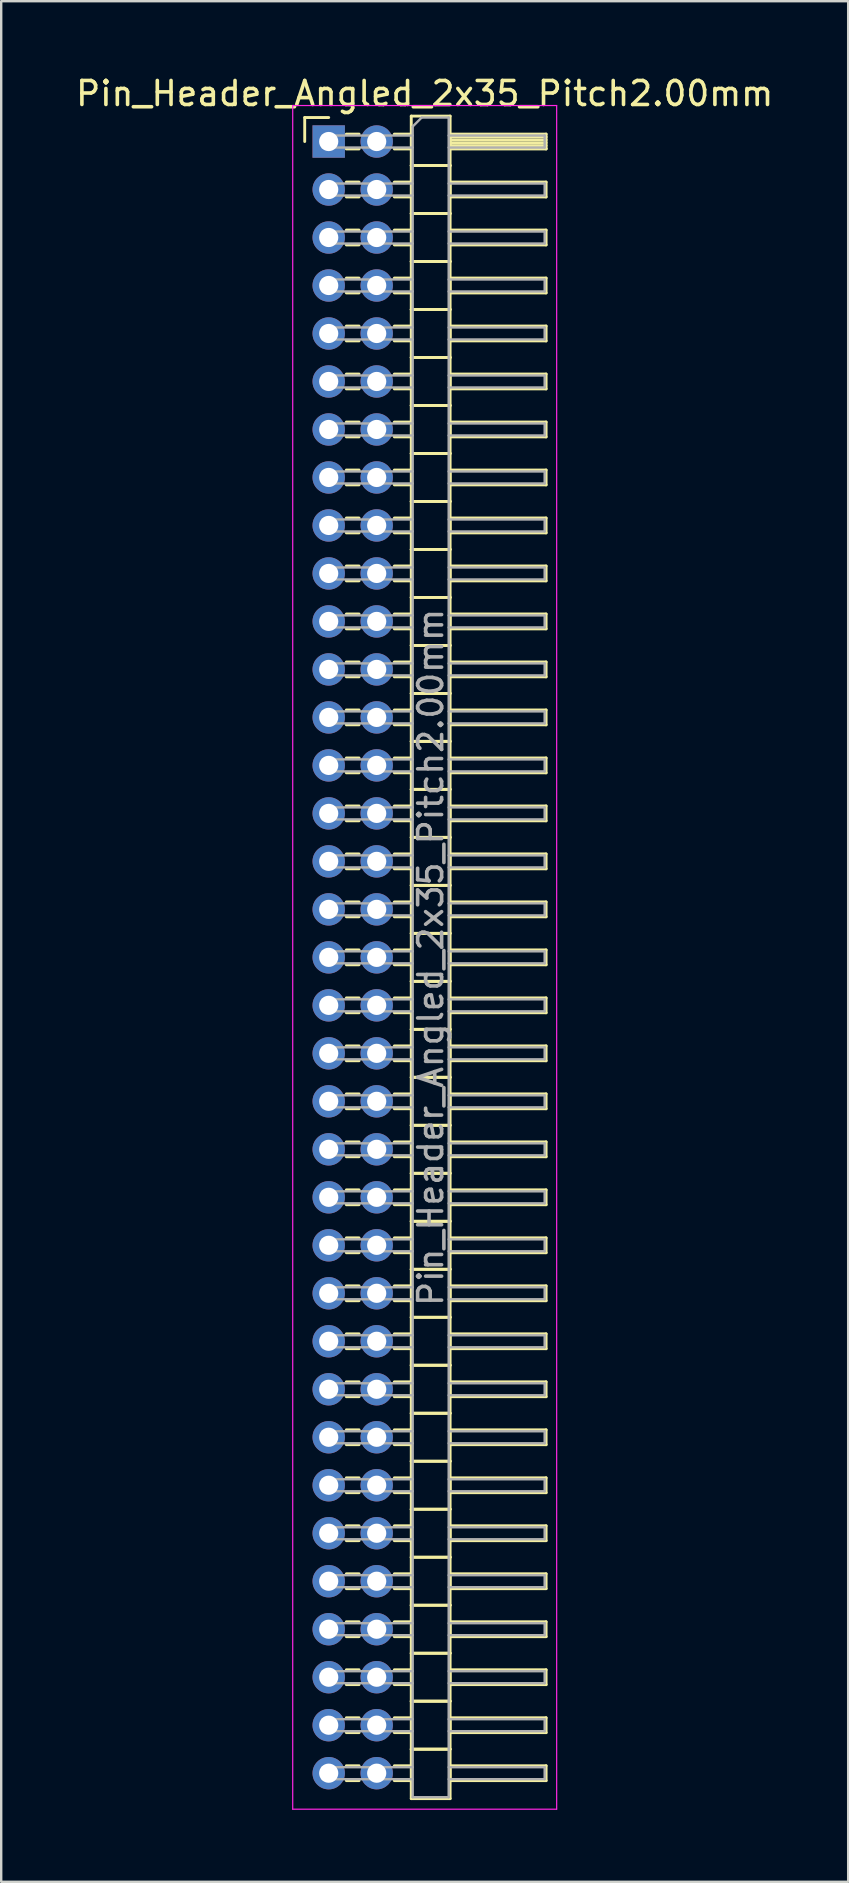
<source format=kicad_pcb>
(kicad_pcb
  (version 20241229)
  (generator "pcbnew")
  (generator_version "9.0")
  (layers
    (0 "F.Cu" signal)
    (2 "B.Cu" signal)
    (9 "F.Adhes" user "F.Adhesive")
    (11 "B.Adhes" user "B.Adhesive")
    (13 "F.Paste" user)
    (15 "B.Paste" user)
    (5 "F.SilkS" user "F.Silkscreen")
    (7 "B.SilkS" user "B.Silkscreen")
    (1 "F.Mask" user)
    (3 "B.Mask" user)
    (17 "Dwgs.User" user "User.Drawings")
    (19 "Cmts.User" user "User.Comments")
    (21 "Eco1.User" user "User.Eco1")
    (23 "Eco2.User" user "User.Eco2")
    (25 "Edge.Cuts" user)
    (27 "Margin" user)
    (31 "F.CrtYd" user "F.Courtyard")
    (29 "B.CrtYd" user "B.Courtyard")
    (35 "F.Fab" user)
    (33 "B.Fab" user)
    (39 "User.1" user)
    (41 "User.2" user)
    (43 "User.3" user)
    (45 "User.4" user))
  (footprint "Pin_Header_Angled_2x35_Pitch2.00mm"
    (layer "F.Cu")
    (at 10.649 2.848)
    (property "Reference" "Pin_Header_Angled_2x35_Pitch2.00mm" (at 4 -2 0) (layer "F.SilkS") (effects (font (size 1 1) (thickness 0.15))))
    (attr through_hole)
    (fp_line (start -1 -1) (end 0 -1) (stroke (width 0.12) (type solid)) (layer "F.SilkS"))
    (fp_line (start -1 0) (end -1 -1) (stroke (width 0.12) (type solid)) (layer "F.SilkS"))
    (fp_line (start 0.735 -0.31) (end 1.265 -0.31) (stroke (width 0.12) (type solid)) (layer "F.SilkS"))
    (fp_line (start 0.735 0.31) (end 1.265 0.31) (stroke (width 0.12) (type solid)) (layer "F.SilkS"))
    (fp_line (start 0.735 1.69) (end 1.265 1.69) (stroke (width 0.12) (type solid)) (layer "F.SilkS"))
    (fp_line (start 0.735 2.31) (end 1.265 2.31) (stroke (width 0.12) (type solid)) (layer "F.SilkS"))
    (fp_line (start 0.735 3.69) (end 1.265 3.69) (stroke (width 0.12) (type solid)) (layer "F.SilkS"))
    (fp_line (start 0.735 4.31) (end 1.265 4.31) (stroke (width 0.12) (type solid)) (layer "F.SilkS"))
    (fp_line (start 0.735 5.69) (end 1.265 5.69) (stroke (width 0.12) (type solid)) (layer "F.SilkS"))
    (fp_line (start 0.735 6.31) (end 1.265 6.31) (stroke (width 0.12) (type solid)) (layer "F.SilkS"))
    (fp_line (start 0.735 7.69) (end 1.265 7.69) (stroke (width 0.12) (type solid)) (layer "F.SilkS"))
    (fp_line (start 0.735 8.31) (end 1.265 8.31) (stroke (width 0.12) (type solid)) (layer "F.SilkS"))
    (fp_line (start 0.735 9.69) (end 1.265 9.69) (stroke (width 0.12) (type solid)) (layer "F.SilkS"))
    (fp_line (start 0.735 10.31) (end 1.265 10.31) (stroke (width 0.12) (type solid)) (layer "F.SilkS"))
    (fp_line (start 0.735 11.69) (end 1.265 11.69) (stroke (width 0.12) (type solid)) (layer "F.SilkS"))
    (fp_line (start 0.735 12.31) (end 1.265 12.31) (stroke (width 0.12) (type solid)) (layer "F.SilkS"))
    (fp_line (start 0.735 13.69) (end 1.265 13.69) (stroke (width 0.12) (type solid)) (layer "F.SilkS"))
    (fp_line (start 0.735 14.31) (end 1.265 14.31) (stroke (width 0.12) (type solid)) (layer "F.SilkS"))
    (fp_line (start 0.735 15.69) (end 1.265 15.69) (stroke (width 0.12) (type solid)) (layer "F.SilkS"))
    (fp_line (start 0.735 16.31) (end 1.265 16.31) (stroke (width 0.12) (type solid)) (layer "F.SilkS"))
    (fp_line (start 0.735 17.69) (end 1.265 17.69) (stroke (width 0.12) (type solid)) (layer "F.SilkS"))
    (fp_line (start 0.735 18.31) (end 1.265 18.31) (stroke (width 0.12) (type solid)) (layer "F.SilkS"))
    (fp_line (start 0.735 19.69) (end 1.265 19.69) (stroke (width 0.12) (type solid)) (layer "F.SilkS"))
    (fp_line (start 0.735 20.31) (end 1.265 20.31) (stroke (width 0.12) (type solid)) (layer "F.SilkS"))
    (fp_line (start 0.735 21.69) (end 1.265 21.69) (stroke (width 0.12) (type solid)) (layer "F.SilkS"))
    (fp_line (start 0.735 22.31) (end 1.265 22.31) (stroke (width 0.12) (type solid)) (layer "F.SilkS"))
    (fp_line (start 0.735 23.69) (end 1.265 23.69) (stroke (width 0.12) (type solid)) (layer "F.SilkS"))
    (fp_line (start 0.735 24.31) (end 1.265 24.31) (stroke (width 0.12) (type solid)) (layer "F.SilkS"))
    (fp_line (start 0.735 25.69) (end 1.265 25.69) (stroke (width 0.12) (type solid)) (layer "F.SilkS"))
    (fp_line (start 0.735 26.31) (end 1.265 26.31) (stroke (width 0.12) (type solid)) (layer "F.SilkS"))
    (fp_line (start 0.735 27.69) (end 1.265 27.69) (stroke (width 0.12) (type solid)) (layer "F.SilkS"))
    (fp_line (start 0.735 28.31) (end 1.265 28.31) (stroke (width 0.12) (type solid)) (layer "F.SilkS"))
    (fp_line (start 0.735 29.69) (end 1.265 29.69) (stroke (width 0.12) (type solid)) (layer "F.SilkS"))
    (fp_line (start 0.735 30.31) (end 1.265 30.31) (stroke (width 0.12) (type solid)) (layer "F.SilkS"))
    (fp_line (start 0.735 31.69) (end 1.265 31.69) (stroke (width 0.12) (type solid)) (layer "F.SilkS"))
    (fp_line (start 0.735 32.31) (end 1.265 32.31) (stroke (width 0.12) (type solid)) (layer "F.SilkS"))
    (fp_line (start 0.735 33.69) (end 1.265 33.69) (stroke (width 0.12) (type solid)) (layer "F.SilkS"))
    (fp_line (start 0.735 34.31) (end 1.265 34.31) (stroke (width 0.12) (type solid)) (layer "F.SilkS"))
    (fp_line (start 0.735 35.69) (end 1.265 35.69) (stroke (width 0.12) (type solid)) (layer "F.SilkS"))
    (fp_line (start 0.735 36.31) (end 1.265 36.31) (stroke (width 0.12) (type solid)) (layer "F.SilkS"))
    (fp_line (start 0.735 37.69) (end 1.265 37.69) (stroke (width 0.12) (type solid)) (layer "F.SilkS"))
    (fp_line (start 0.735 38.31) (end 1.265 38.31) (stroke (width 0.12) (type solid)) (layer "F.SilkS"))
    (fp_line (start 0.735 39.69) (end 1.265 39.69) (stroke (width 0.12) (type solid)) (layer "F.SilkS"))
    (fp_line (start 0.735 40.31) (end 1.265 40.31) (stroke (width 0.12) (type solid)) (layer "F.SilkS"))
    (fp_line (start 0.735 41.69) (end 1.265 41.69) (stroke (width 0.12) (type solid)) (layer "F.SilkS"))
    (fp_line (start 0.735 42.31) (end 1.265 42.31) (stroke (width 0.12) (type solid)) (layer "F.SilkS"))
    (fp_line (start 0.735 43.69) (end 1.265 43.69) (stroke (width 0.12) (type solid)) (layer "F.SilkS"))
    (fp_line (start 0.735 44.31) (end 1.265 44.31) (stroke (width 0.12) (type solid)) (layer "F.SilkS"))
    (fp_line (start 0.735 45.69) (end 1.265 45.69) (stroke (width 0.12) (type solid)) (layer "F.SilkS"))
    (fp_line (start 0.735 46.31) (end 1.265 46.31) (stroke (width 0.12) (type solid)) (layer "F.SilkS"))
    (fp_line (start 0.735 47.69) (end 1.265 47.69) (stroke (width 0.12) (type solid)) (layer "F.SilkS"))
    (fp_line (start 0.735 48.31) (end 1.265 48.31) (stroke (width 0.12) (type solid)) (layer "F.SilkS"))
    (fp_line (start 0.735 49.69) (end 1.265 49.69) (stroke (width 0.12) (type solid)) (layer "F.SilkS"))
    (fp_line (start 0.735 50.31) (end 1.265 50.31) (stroke (width 0.12) (type solid)) (layer "F.SilkS"))
    (fp_line (start 0.735 51.69) (end 1.265 51.69) (stroke (width 0.12) (type solid)) (layer "F.SilkS"))
    (fp_line (start 0.735 52.31) (end 1.265 52.31) (stroke (width 0.12) (type solid)) (layer "F.SilkS"))
    (fp_line (start 0.735 53.69) (end 1.265 53.69) (stroke (width 0.12) (type solid)) (layer "F.SilkS"))
    (fp_line (start 0.735 54.31) (end 1.265 54.31) (stroke (width 0.12) (type solid)) (layer "F.SilkS"))
    (fp_line (start 0.735 55.69) (end 1.265 55.69) (stroke (width 0.12) (type solid)) (layer "F.SilkS"))
    (fp_line (start 0.735 56.31) (end 1.265 56.31) (stroke (width 0.12) (type solid)) (layer "F.SilkS"))
    (fp_line (start 0.735 57.69) (end 1.265 57.69) (stroke (width 0.12) (type solid)) (layer "F.SilkS"))
    (fp_line (start 0.735 58.31) (end 1.265 58.31) (stroke (width 0.12) (type solid)) (layer "F.SilkS"))
    (fp_line (start 0.735 59.69) (end 1.265 59.69) (stroke (width 0.12) (type solid)) (layer "F.SilkS"))
    (fp_line (start 0.735 60.31) (end 1.265 60.31) (stroke (width 0.12) (type solid)) (layer "F.SilkS"))
    (fp_line (start 0.735 61.69) (end 1.265 61.69) (stroke (width 0.12) (type solid)) (layer "F.SilkS"))
    (fp_line (start 0.735 62.31) (end 1.265 62.31) (stroke (width 0.12) (type solid)) (layer "F.SilkS"))
    (fp_line (start 0.735 63.69) (end 1.265 63.69) (stroke (width 0.12) (type solid)) (layer "F.SilkS"))
    (fp_line (start 0.735 64.31) (end 1.265 64.31) (stroke (width 0.12) (type solid)) (layer "F.SilkS"))
    (fp_line (start 0.735 65.69) (end 1.265 65.69) (stroke (width 0.12) (type solid)) (layer "F.SilkS"))
    (fp_line (start 0.735 66.31) (end 1.265 66.31) (stroke (width 0.12) (type solid)) (layer "F.SilkS"))
    (fp_line (start 0.735 67.69) (end 1.265 67.69) (stroke (width 0.12) (type solid)) (layer "F.SilkS"))
    (fp_line (start 0.735 68.31) (end 1.265 68.31) (stroke (width 0.12) (type solid)) (layer "F.SilkS"))
    (fp_line (start 2.735 -0.31) (end 3.44 -0.31) (stroke (width 0.12) (type solid)) (layer "F.SilkS"))
    (fp_line (start 2.735 0.31) (end 3.44 0.31) (stroke (width 0.12) (type solid)) (layer "F.SilkS"))
    (fp_line (start 2.735 1.69) (end 3.44 1.69) (stroke (width 0.12) (type solid)) (layer "F.SilkS"))
    (fp_line (start 2.735 2.31) (end 3.44 2.31) (stroke (width 0.12) (type solid)) (layer "F.SilkS"))
    (fp_line (start 2.735 3.69) (end 3.44 3.69) (stroke (width 0.12) (type solid)) (layer "F.SilkS"))
    (fp_line (start 2.735 4.31) (end 3.44 4.31) (stroke (width 0.12) (type solid)) (layer "F.SilkS"))
    (fp_line (start 2.735 5.69) (end 3.44 5.69) (stroke (width 0.12) (type solid)) (layer "F.SilkS"))
    (fp_line (start 2.735 6.31) (end 3.44 6.31) (stroke (width 0.12) (type solid)) (layer "F.SilkS"))
    (fp_line (start 2.735 7.69) (end 3.44 7.69) (stroke (width 0.12) (type solid)) (layer "F.SilkS"))
    (fp_line (start 2.735 8.31) (end 3.44 8.31) (stroke (width 0.12) (type solid)) (layer "F.SilkS"))
    (fp_line (start 2.735 9.69) (end 3.44 9.69) (stroke (width 0.12) (type solid)) (layer "F.SilkS"))
    (fp_line (start 2.735 10.31) (end 3.44 10.31) (stroke (width 0.12) (type solid)) (layer "F.SilkS"))
    (fp_line (start 2.735 11.69) (end 3.44 11.69) (stroke (width 0.12) (type solid)) (layer "F.SilkS"))
    (fp_line (start 2.735 12.31) (end 3.44 12.31) (stroke (width 0.12) (type solid)) (layer "F.SilkS"))
    (fp_line (start 2.735 13.69) (end 3.44 13.69) (stroke (width 0.12) (type solid)) (layer "F.SilkS"))
    (fp_line (start 2.735 14.31) (end 3.44 14.31) (stroke (width 0.12) (type solid)) (layer "F.SilkS"))
    (fp_line (start 2.735 15.69) (end 3.44 15.69) (stroke (width 0.12) (type solid)) (layer "F.SilkS"))
    (fp_line (start 2.735 16.31) (end 3.44 16.31) (stroke (width 0.12) (type solid)) (layer "F.SilkS"))
    (fp_line (start 2.735 17.69) (end 3.44 17.69) (stroke (width 0.12) (type solid)) (layer "F.SilkS"))
    (fp_line (start 2.735 18.31) (end 3.44 18.31) (stroke (width 0.12) (type solid)) (layer "F.SilkS"))
    (fp_line (start 2.735 19.69) (end 3.44 19.69) (stroke (width 0.12) (type solid)) (layer "F.SilkS"))
    (fp_line (start 2.735 20.31) (end 3.44 20.31) (stroke (width 0.12) (type solid)) (layer "F.SilkS"))
    (fp_line (start 2.735 21.69) (end 3.44 21.69) (stroke (width 0.12) (type solid)) (layer "F.SilkS"))
    (fp_line (start 2.735 22.31) (end 3.44 22.31) (stroke (width 0.12) (type solid)) (layer "F.SilkS"))
    (fp_line (start 2.735 23.69) (end 3.44 23.69) (stroke (width 0.12) (type solid)) (layer "F.SilkS"))
    (fp_line (start 2.735 24.31) (end 3.44 24.31) (stroke (width 0.12) (type solid)) (layer "F.SilkS"))
    (fp_line (start 2.735 25.69) (end 3.44 25.69) (stroke (width 0.12) (type solid)) (layer "F.SilkS"))
    (fp_line (start 2.735 26.31) (end 3.44 26.31) (stroke (width 0.12) (type solid)) (layer "F.SilkS"))
    (fp_line (start 2.735 27.69) (end 3.44 27.69) (stroke (width 0.12) (type solid)) (layer "F.SilkS"))
    (fp_line (start 2.735 28.31) (end 3.44 28.31) (stroke (width 0.12) (type solid)) (layer "F.SilkS"))
    (fp_line (start 2.735 29.69) (end 3.44 29.69) (stroke (width 0.12) (type solid)) (layer "F.SilkS"))
    (fp_line (start 2.735 30.31) (end 3.44 30.31) (stroke (width 0.12) (type solid)) (layer "F.SilkS"))
    (fp_line (start 2.735 31.69) (end 3.44 31.69) (stroke (width 0.12) (type solid)) (layer "F.SilkS"))
    (fp_line (start 2.735 32.31) (end 3.44 32.31) (stroke (width 0.12) (type solid)) (layer "F.SilkS"))
    (fp_line (start 2.735 33.69) (end 3.44 33.69) (stroke (width 0.12) (type solid)) (layer "F.SilkS"))
    (fp_line (start 2.735 34.31) (end 3.44 34.31) (stroke (width 0.12) (type solid)) (layer "F.SilkS"))
    (fp_line (start 2.735 35.69) (end 3.44 35.69) (stroke (width 0.12) (type solid)) (layer "F.SilkS"))
    (fp_line (start 2.735 36.31) (end 3.44 36.31) (stroke (width 0.12) (type solid)) (layer "F.SilkS"))
    (fp_line (start 2.735 37.69) (end 3.44 37.69) (stroke (width 0.12) (type solid)) (layer "F.SilkS"))
    (fp_line (start 2.735 38.31) (end 3.44 38.31) (stroke (width 0.12) (type solid)) (layer "F.SilkS"))
    (fp_line (start 2.735 39.69) (end 3.44 39.69) (stroke (width 0.12) (type solid)) (layer "F.SilkS"))
    (fp_line (start 2.735 40.31) (end 3.44 40.31) (stroke (width 0.12) (type solid)) (layer "F.SilkS"))
    (fp_line (start 2.735 41.69) (end 3.44 41.69) (stroke (width 0.12) (type solid)) (layer "F.SilkS"))
    (fp_line (start 2.735 42.31) (end 3.44 42.31) (stroke (width 0.12) (type solid)) (layer "F.SilkS"))
    (fp_line (start 2.735 43.69) (end 3.44 43.69) (stroke (width 0.12) (type solid)) (layer "F.SilkS"))
    (fp_line (start 2.735 44.31) (end 3.44 44.31) (stroke (width 0.12) (type solid)) (layer "F.SilkS"))
    (fp_line (start 2.735 45.69) (end 3.44 45.69) (stroke (width 0.12) (type solid)) (layer "F.SilkS"))
    (fp_line (start 2.735 46.31) (end 3.44 46.31) (stroke (width 0.12) (type solid)) (layer "F.SilkS"))
    (fp_line (start 2.735 47.69) (end 3.44 47.69) (stroke (width 0.12) (type solid)) (layer "F.SilkS"))
    (fp_line (start 2.735 48.31) (end 3.44 48.31) (stroke (width 0.12) (type solid)) (layer "F.SilkS"))
    (fp_line (start 2.735 49.69) (end 3.44 49.69) (stroke (width 0.12) (type solid)) (layer "F.SilkS"))
    (fp_line (start 2.735 50.31) (end 3.44 50.31) (stroke (width 0.12) (type solid)) (layer "F.SilkS"))
    (fp_line (start 2.735 51.69) (end 3.44 51.69) (stroke (width 0.12) (type solid)) (layer "F.SilkS"))
    (fp_line (start 2.735 52.31) (end 3.44 52.31) (stroke (width 0.12) (type solid)) (layer "F.SilkS"))
    (fp_line (start 2.735 53.69) (end 3.44 53.69) (stroke (width 0.12) (type solid)) (layer "F.SilkS"))
    (fp_line (start 2.735 54.31) (end 3.44 54.31) (stroke (width 0.12) (type solid)) (layer "F.SilkS"))
    (fp_line (start 2.735 55.69) (end 3.44 55.69) (stroke (width 0.12) (type solid)) (layer "F.SilkS"))
    (fp_line (start 2.735 56.31) (end 3.44 56.31) (stroke (width 0.12) (type solid)) (layer "F.SilkS"))
    (fp_line (start 2.735 57.69) (end 3.44 57.69) (stroke (width 0.12) (type solid)) (layer "F.SilkS"))
    (fp_line (start 2.735 58.31) (end 3.44 58.31) (stroke (width 0.12) (type solid)) (layer "F.SilkS"))
    (fp_line (start 2.735 59.69) (end 3.44 59.69) (stroke (width 0.12) (type solid)) (layer "F.SilkS"))
    (fp_line (start 2.735 60.31) (end 3.44 60.31) (stroke (width 0.12) (type solid)) (layer "F.SilkS"))
    (fp_line (start 2.735 61.69) (end 3.44 61.69) (stroke (width 0.12) (type solid)) (layer "F.SilkS"))
    (fp_line (start 2.735 62.31) (end 3.44 62.31) (stroke (width 0.12) (type solid)) (layer "F.SilkS"))
    (fp_line (start 2.735 63.69) (end 3.44 63.69) (stroke (width 0.12) (type solid)) (layer "F.SilkS"))
    (fp_line (start 2.735 64.31) (end 3.44 64.31) (stroke (width 0.12) (type solid)) (layer "F.SilkS"))
    (fp_line (start 2.735 65.69) (end 3.44 65.69) (stroke (width 0.12) (type solid)) (layer "F.SilkS"))
    (fp_line (start 2.735 66.31) (end 3.44 66.31) (stroke (width 0.12) (type solid)) (layer "F.SilkS"))
    (fp_line (start 2.735 67.69) (end 3.44 67.69) (stroke (width 0.12) (type solid)) (layer "F.SilkS"))
    (fp_line (start 2.735 68.31) (end 3.44 68.31) (stroke (width 0.12) (type solid)) (layer "F.SilkS"))
    (fp_line (start 3.44 -1.06) (end 3.44 1) (stroke (width 0.12) (type solid)) (layer "F.SilkS"))
    (fp_line (start 3.44 1) (end 3.44 3) (stroke (width 0.12) (type solid)) (layer "F.SilkS"))
    (fp_line (start 3.44 1) (end 5.06 1) (stroke (width 0.12) (type solid)) (layer "F.SilkS"))
    (fp_line (start 3.44 3) (end 3.44 5) (stroke (width 0.12) (type solid)) (layer "F.SilkS"))
    (fp_line (start 3.44 3) (end 5.06 3) (stroke (width 0.12) (type solid)) (layer "F.SilkS"))
    (fp_line (start 3.44 5) (end 3.44 7) (stroke (width 0.12) (type solid)) (layer "F.SilkS"))
    (fp_line (start 3.44 5) (end 5.06 5) (stroke (width 0.12) (type solid)) (layer "F.SilkS"))
    (fp_line (start 3.44 7) (end 3.44 9) (stroke (width 0.12) (type solid)) (layer "F.SilkS"))
    (fp_line (start 3.44 7) (end 5.06 7) (stroke (width 0.12) (type solid)) (layer "F.SilkS"))
    (fp_line (start 3.44 9) (end 3.44 11) (stroke (width 0.12) (type solid)) (layer "F.SilkS"))
    (fp_line (start 3.44 9) (end 5.06 9) (stroke (width 0.12) (type solid)) (layer "F.SilkS"))
    (fp_line (start 3.44 11) (end 3.44 13) (stroke (width 0.12) (type solid)) (layer "F.SilkS"))
    (fp_line (start 3.44 11) (end 5.06 11) (stroke (width 0.12) (type solid)) (layer "F.SilkS"))
    (fp_line (start 3.44 13) (end 3.44 15) (stroke (width 0.12) (type solid)) (layer "F.SilkS"))
    (fp_line (start 3.44 13) (end 5.06 13) (stroke (width 0.12) (type solid)) (layer "F.SilkS"))
    (fp_line (start 3.44 15) (end 3.44 17) (stroke (width 0.12) (type solid)) (layer "F.SilkS"))
    (fp_line (start 3.44 15) (end 5.06 15) (stroke (width 0.12) (type solid)) (layer "F.SilkS"))
    (fp_line (start 3.44 17) (end 3.44 19) (stroke (width 0.12) (type solid)) (layer "F.SilkS"))
    (fp_line (start 3.44 17) (end 5.06 17) (stroke (width 0.12) (type solid)) (layer "F.SilkS"))
    (fp_line (start 3.44 19) (end 3.44 21) (stroke (width 0.12) (type solid)) (layer "F.SilkS"))
    (fp_line (start 3.44 19) (end 5.06 19) (stroke (width 0.12) (type solid)) (layer "F.SilkS"))
    (fp_line (start 3.44 21) (end 3.44 23) (stroke (width 0.12) (type solid)) (layer "F.SilkS"))
    (fp_line (start 3.44 21) (end 5.06 21) (stroke (width 0.12) (type solid)) (layer "F.SilkS"))
    (fp_line (start 3.44 23) (end 3.44 25) (stroke (width 0.12) (type solid)) (layer "F.SilkS"))
    (fp_line (start 3.44 23) (end 5.06 23) (stroke (width 0.12) (type solid)) (layer "F.SilkS"))
    (fp_line (start 3.44 25) (end 3.44 27) (stroke (width 0.12) (type solid)) (layer "F.SilkS"))
    (fp_line (start 3.44 25) (end 5.06 25) (stroke (width 0.12) (type solid)) (layer "F.SilkS"))
    (fp_line (start 3.44 27) (end 3.44 29) (stroke (width 0.12) (type solid)) (layer "F.SilkS"))
    (fp_line (start 3.44 27) (end 5.06 27) (stroke (width 0.12) (type solid)) (layer "F.SilkS"))
    (fp_line (start 3.44 29) (end 3.44 31) (stroke (width 0.12) (type solid)) (layer "F.SilkS"))
    (fp_line (start 3.44 29) (end 5.06 29) (stroke (width 0.12) (type solid)) (layer "F.SilkS"))
    (fp_line (start 3.44 31) (end 3.44 33) (stroke (width 0.12) (type solid)) (layer "F.SilkS"))
    (fp_line (start 3.44 31) (end 5.06 31) (stroke (width 0.12) (type solid)) (layer "F.SilkS"))
    (fp_line (start 3.44 33) (end 3.44 35) (stroke (width 0.12) (type solid)) (layer "F.SilkS"))
    (fp_line (start 3.44 33) (end 5.06 33) (stroke (width 0.12) (type solid)) (layer "F.SilkS"))
    (fp_line (start 3.44 35) (end 3.44 37) (stroke (width 0.12) (type solid)) (layer "F.SilkS"))
    (fp_line (start 3.44 35) (end 5.06 35) (stroke (width 0.12) (type solid)) (layer "F.SilkS"))
    (fp_line (start 3.44 37) (end 3.44 39) (stroke (width 0.12) (type solid)) (layer "F.SilkS"))
    (fp_line (start 3.44 37) (end 5.06 37) (stroke (width 0.12) (type solid)) (layer "F.SilkS"))
    (fp_line (start 3.44 39) (end 3.44 41) (stroke (width 0.12) (type solid)) (layer "F.SilkS"))
    (fp_line (start 3.44 39) (end 5.06 39) (stroke (width 0.12) (type solid)) (layer "F.SilkS"))
    (fp_line (start 3.44 41) (end 3.44 43) (stroke (width 0.12) (type solid)) (layer "F.SilkS"))
    (fp_line (start 3.44 41) (end 5.06 41) (stroke (width 0.12) (type solid)) (layer "F.SilkS"))
    (fp_line (start 3.44 43) (end 3.44 45) (stroke (width 0.12) (type solid)) (layer "F.SilkS"))
    (fp_line (start 3.44 43) (end 5.06 43) (stroke (width 0.12) (type solid)) (layer "F.SilkS"))
    (fp_line (start 3.44 45) (end 3.44 47) (stroke (width 0.12) (type solid)) (layer "F.SilkS"))
    (fp_line (start 3.44 45) (end 5.06 45) (stroke (width 0.12) (type solid)) (layer "F.SilkS"))
    (fp_line (start 3.44 47) (end 3.44 49) (stroke (width 0.12) (type solid)) (layer "F.SilkS"))
    (fp_line (start 3.44 47) (end 5.06 47) (stroke (width 0.12) (type solid)) (layer "F.SilkS"))
    (fp_line (start 3.44 49) (end 3.44 51) (stroke (width 0.12) (type solid)) (layer "F.SilkS"))
    (fp_line (start 3.44 49) (end 5.06 49) (stroke (width 0.12) (type solid)) (layer "F.SilkS"))
    (fp_line (start 3.44 51) (end 3.44 53) (stroke (width 0.12) (type solid)) (layer "F.SilkS"))
    (fp_line (start 3.44 51) (end 5.06 51) (stroke (width 0.12) (type solid)) (layer "F.SilkS"))
    (fp_line (start 3.44 53) (end 3.44 55) (stroke (width 0.12) (type solid)) (layer "F.SilkS"))
    (fp_line (start 3.44 53) (end 5.06 53) (stroke (width 0.12) (type solid)) (layer "F.SilkS"))
    (fp_line (start 3.44 55) (end 3.44 57) (stroke (width 0.12) (type solid)) (layer "F.SilkS"))
    (fp_line (start 3.44 55) (end 5.06 55) (stroke (width 0.12) (type solid)) (layer "F.SilkS"))
    (fp_line (start 3.44 57) (end 3.44 59) (stroke (width 0.12) (type solid)) (layer "F.SilkS"))
    (fp_line (start 3.44 57) (end 5.06 57) (stroke (width 0.12) (type solid)) (layer "F.SilkS"))
    (fp_line (start 3.44 59) (end 3.44 61) (stroke (width 0.12) (type solid)) (layer "F.SilkS"))
    (fp_line (start 3.44 59) (end 5.06 59) (stroke (width 0.12) (type solid)) (layer "F.SilkS"))
    (fp_line (start 3.44 61) (end 3.44 63) (stroke (width 0.12) (type solid)) (layer "F.SilkS"))
    (fp_line (start 3.44 61) (end 5.06 61) (stroke (width 0.12) (type solid)) (layer "F.SilkS"))
    (fp_line (start 3.44 63) (end 3.44 65) (stroke (width 0.12) (type solid)) (layer "F.SilkS"))
    (fp_line (start 3.44 63) (end 5.06 63) (stroke (width 0.12) (type solid)) (layer "F.SilkS"))
    (fp_line (start 3.44 65) (end 3.44 67) (stroke (width 0.12) (type solid)) (layer "F.SilkS"))
    (fp_line (start 3.44 65) (end 5.06 65) (stroke (width 0.12) (type solid)) (layer "F.SilkS"))
    (fp_line (start 3.44 67) (end 3.44 69.06) (stroke (width 0.12) (type solid)) (layer "F.SilkS"))
    (fp_line (start 3.44 67) (end 5.06 67) (stroke (width 0.12) (type solid)) (layer "F.SilkS"))
    (fp_line (start 3.44 69.06) (end 5.06 69.06) (stroke (width 0.12) (type solid)) (layer "F.SilkS"))
    (fp_line (start 5.06 -1.06) (end 3.44 -1.06) (stroke (width 0.12) (type solid)) (layer "F.SilkS"))
    (fp_line (start 5.06 -0.31) (end 5.06 0.31) (stroke (width 0.12) (type solid)) (layer "F.SilkS"))
    (fp_line (start 5.06 -0.19) (end 9.06 -0.19) (stroke (width 0.12) (type solid)) (layer "F.SilkS"))
    (fp_line (start 5.06 -0.07) (end 9.06 -0.07) (stroke (width 0.12) (type solid)) (layer "F.SilkS"))
    (fp_line (start 5.06 0.05) (end 9.06 0.05) (stroke (width 0.12) (type solid)) (layer "F.SilkS"))
    (fp_line (start 5.06 0.17) (end 9.06 0.17) (stroke (width 0.12) (type solid)) (layer "F.SilkS"))
    (fp_line (start 5.06 0.29) (end 9.06 0.29) (stroke (width 0.12) (type solid)) (layer "F.SilkS"))
    (fp_line (start 5.06 0.31) (end 9.06 0.31) (stroke (width 0.12) (type solid)) (layer "F.SilkS"))
    (fp_line (start 5.06 1) (end 3.44 1) (stroke (width 0.12) (type solid)) (layer "F.SilkS"))
    (fp_line (start 5.06 1) (end 5.06 -1.06) (stroke (width 0.12) (type solid)) (layer "F.SilkS"))
    (fp_line (start 5.06 1.69) (end 5.06 2.31) (stroke (width 0.12) (type solid)) (layer "F.SilkS"))
    (fp_line (start 5.06 2.31) (end 9.06 2.31) (stroke (width 0.12) (type solid)) (layer "F.SilkS"))
    (fp_line (start 5.06 3) (end 3.44 3) (stroke (width 0.12) (type solid)) (layer "F.SilkS"))
    (fp_line (start 5.06 3) (end 5.06 1) (stroke (width 0.12) (type solid)) (layer "F.SilkS"))
    (fp_line (start 5.06 3.69) (end 5.06 4.31) (stroke (width 0.12) (type solid)) (layer "F.SilkS"))
    (fp_line (start 5.06 4.31) (end 9.06 4.31) (stroke (width 0.12) (type solid)) (layer "F.SilkS"))
    (fp_line (start 5.06 5) (end 3.44 5) (stroke (width 0.12) (type solid)) (layer "F.SilkS"))
    (fp_line (start 5.06 5) (end 5.06 3) (stroke (width 0.12) (type solid)) (layer "F.SilkS"))
    (fp_line (start 5.06 5.69) (end 5.06 6.31) (stroke (width 0.12) (type solid)) (layer "F.SilkS"))
    (fp_line (start 5.06 6.31) (end 9.06 6.31) (stroke (width 0.12) (type solid)) (layer "F.SilkS"))
    (fp_line (start 5.06 7) (end 3.44 7) (stroke (width 0.12) (type solid)) (layer "F.SilkS"))
    (fp_line (start 5.06 7) (end 5.06 5) (stroke (width 0.12) (type solid)) (layer "F.SilkS"))
    (fp_line (start 5.06 7.69) (end 5.06 8.31) (stroke (width 0.12) (type solid)) (layer "F.SilkS"))
    (fp_line (start 5.06 8.31) (end 9.06 8.31) (stroke (width 0.12) (type solid)) (layer "F.SilkS"))
    (fp_line (start 5.06 9) (end 3.44 9) (stroke (width 0.12) (type solid)) (layer "F.SilkS"))
    (fp_line (start 5.06 9) (end 5.06 7) (stroke (width 0.12) (type solid)) (layer "F.SilkS"))
    (fp_line (start 5.06 9.69) (end 5.06 10.31) (stroke (width 0.12) (type solid)) (layer "F.SilkS"))
    (fp_line (start 5.06 10.31) (end 9.06 10.31) (stroke (width 0.12) (type solid)) (layer "F.SilkS"))
    (fp_line (start 5.06 11) (end 3.44 11) (stroke (width 0.12) (type solid)) (layer "F.SilkS"))
    (fp_line (start 5.06 11) (end 5.06 9) (stroke (width 0.12) (type solid)) (layer "F.SilkS"))
    (fp_line (start 5.06 11.69) (end 5.06 12.31) (stroke (width 0.12) (type solid)) (layer "F.SilkS"))
    (fp_line (start 5.06 12.31) (end 9.06 12.31) (stroke (width 0.12) (type solid)) (layer "F.SilkS"))
    (fp_line (start 5.06 13) (end 3.44 13) (stroke (width 0.12) (type solid)) (layer "F.SilkS"))
    (fp_line (start 5.06 13) (end 5.06 11) (stroke (width 0.12) (type solid)) (layer "F.SilkS"))
    (fp_line (start 5.06 13.69) (end 5.06 14.31) (stroke (width 0.12) (type solid)) (layer "F.SilkS"))
    (fp_line (start 5.06 14.31) (end 9.06 14.31) (stroke (width 0.12) (type solid)) (layer "F.SilkS"))
    (fp_line (start 5.06 15) (end 3.44 15) (stroke (width 0.12) (type solid)) (layer "F.SilkS"))
    (fp_line (start 5.06 15) (end 5.06 13) (stroke (width 0.12) (type solid)) (layer "F.SilkS"))
    (fp_line (start 5.06 15.69) (end 5.06 16.31) (stroke (width 0.12) (type solid)) (layer "F.SilkS"))
    (fp_line (start 5.06 16.31) (end 9.06 16.31) (stroke (width 0.12) (type solid)) (layer "F.SilkS"))
    (fp_line (start 5.06 17) (end 3.44 17) (stroke (width 0.12) (type solid)) (layer "F.SilkS"))
    (fp_line (start 5.06 17) (end 5.06 15) (stroke (width 0.12) (type solid)) (layer "F.SilkS"))
    (fp_line (start 5.06 17.69) (end 5.06 18.31) (stroke (width 0.12) (type solid)) (layer "F.SilkS"))
    (fp_line (start 5.06 18.31) (end 9.06 18.31) (stroke (width 0.12) (type solid)) (layer "F.SilkS"))
    (fp_line (start 5.06 19) (end 3.44 19) (stroke (width 0.12) (type solid)) (layer "F.SilkS"))
    (fp_line (start 5.06 19) (end 5.06 17) (stroke (width 0.12) (type solid)) (layer "F.SilkS"))
    (fp_line (start 5.06 19.69) (end 5.06 20.31) (stroke (width 0.12) (type solid)) (layer "F.SilkS"))
    (fp_line (start 5.06 20.31) (end 9.06 20.31) (stroke (width 0.12) (type solid)) (layer "F.SilkS"))
    (fp_line (start 5.06 21) (end 3.44 21) (stroke (width 0.12) (type solid)) (layer "F.SilkS"))
    (fp_line (start 5.06 21) (end 5.06 19) (stroke (width 0.12) (type solid)) (layer "F.SilkS"))
    (fp_line (start 5.06 21.69) (end 5.06 22.31) (stroke (width 0.12) (type solid)) (layer "F.SilkS"))
    (fp_line (start 5.06 22.31) (end 9.06 22.31) (stroke (width 0.12) (type solid)) (layer "F.SilkS"))
    (fp_line (start 5.06 23) (end 3.44 23) (stroke (width 0.12) (type solid)) (layer "F.SilkS"))
    (fp_line (start 5.06 23) (end 5.06 21) (stroke (width 0.12) (type solid)) (layer "F.SilkS"))
    (fp_line (start 5.06 23.69) (end 5.06 24.31) (stroke (width 0.12) (type solid)) (layer "F.SilkS"))
    (fp_line (start 5.06 24.31) (end 9.06 24.31) (stroke (width 0.12) (type solid)) (layer "F.SilkS"))
    (fp_line (start 5.06 25) (end 3.44 25) (stroke (width 0.12) (type solid)) (layer "F.SilkS"))
    (fp_line (start 5.06 25) (end 5.06 23) (stroke (width 0.12) (type solid)) (layer "F.SilkS"))
    (fp_line (start 5.06 25.69) (end 5.06 26.31) (stroke (width 0.12) (type solid)) (layer "F.SilkS"))
    (fp_line (start 5.06 26.31) (end 9.06 26.31) (stroke (width 0.12) (type solid)) (layer "F.SilkS"))
    (fp_line (start 5.06 27) (end 3.44 27) (stroke (width 0.12) (type solid)) (layer "F.SilkS"))
    (fp_line (start 5.06 27) (end 5.06 25) (stroke (width 0.12) (type solid)) (layer "F.SilkS"))
    (fp_line (start 5.06 27.69) (end 5.06 28.31) (stroke (width 0.12) (type solid)) (layer "F.SilkS"))
    (fp_line (start 5.06 28.31) (end 9.06 28.31) (stroke (width 0.12) (type solid)) (layer "F.SilkS"))
    (fp_line (start 5.06 29) (end 3.44 29) (stroke (width 0.12) (type solid)) (layer "F.SilkS"))
    (fp_line (start 5.06 29) (end 5.06 27) (stroke (width 0.12) (type solid)) (layer "F.SilkS"))
    (fp_line (start 5.06 29.69) (end 5.06 30.31) (stroke (width 0.12) (type solid)) (layer "F.SilkS"))
    (fp_line (start 5.06 30.31) (end 9.06 30.31) (stroke (width 0.12) (type solid)) (layer "F.SilkS"))
    (fp_line (start 5.06 31) (end 3.44 31) (stroke (width 0.12) (type solid)) (layer "F.SilkS"))
    (fp_line (start 5.06 31) (end 5.06 29) (stroke (width 0.12) (type solid)) (layer "F.SilkS"))
    (fp_line (start 5.06 31.69) (end 5.06 32.31) (stroke (width 0.12) (type solid)) (layer "F.SilkS"))
    (fp_line (start 5.06 32.31) (end 9.06 32.31) (stroke (width 0.12) (type solid)) (layer "F.SilkS"))
    (fp_line (start 5.06 33) (end 3.44 33) (stroke (width 0.12) (type solid)) (layer "F.SilkS"))
    (fp_line (start 5.06 33) (end 5.06 31) (stroke (width 0.12) (type solid)) (layer "F.SilkS"))
    (fp_line (start 5.06 33.69) (end 5.06 34.31) (stroke (width 0.12) (type solid)) (layer "F.SilkS"))
    (fp_line (start 5.06 34.31) (end 9.06 34.31) (stroke (width 0.12) (type solid)) (layer "F.SilkS"))
    (fp_line (start 5.06 35) (end 3.44 35) (stroke (width 0.12) (type solid)) (layer "F.SilkS"))
    (fp_line (start 5.06 35) (end 5.06 33) (stroke (width 0.12) (type solid)) (layer "F.SilkS"))
    (fp_line (start 5.06 35.69) (end 5.06 36.31) (stroke (width 0.12) (type solid)) (layer "F.SilkS"))
    (fp_line (start 5.06 36.31) (end 9.06 36.31) (stroke (width 0.12) (type solid)) (layer "F.SilkS"))
    (fp_line (start 5.06 37) (end 3.44 37) (stroke (width 0.12) (type solid)) (layer "F.SilkS"))
    (fp_line (start 5.06 37) (end 5.06 35) (stroke (width 0.12) (type solid)) (layer "F.SilkS"))
    (fp_line (start 5.06 37.69) (end 5.06 38.31) (stroke (width 0.12) (type solid)) (layer "F.SilkS"))
    (fp_line (start 5.06 38.31) (end 9.06 38.31) (stroke (width 0.12) (type solid)) (layer "F.SilkS"))
    (fp_line (start 5.06 39) (end 3.44 39) (stroke (width 0.12) (type solid)) (layer "F.SilkS"))
    (fp_line (start 5.06 39) (end 5.06 37) (stroke (width 0.12) (type solid)) (layer "F.SilkS"))
    (fp_line (start 5.06 39.69) (end 5.06 40.31) (stroke (width 0.12) (type solid)) (layer "F.SilkS"))
    (fp_line (start 5.06 40.31) (end 9.06 40.31) (stroke (width 0.12) (type solid)) (layer "F.SilkS"))
    (fp_line (start 5.06 41) (end 3.44 41) (stroke (width 0.12) (type solid)) (layer "F.SilkS"))
    (fp_line (start 5.06 41) (end 5.06 39) (stroke (width 0.12) (type solid)) (layer "F.SilkS"))
    (fp_line (start 5.06 41.69) (end 5.06 42.31) (stroke (width 0.12) (type solid)) (layer "F.SilkS"))
    (fp_line (start 5.06 42.31) (end 9.06 42.31) (stroke (width 0.12) (type solid)) (layer "F.SilkS"))
    (fp_line (start 5.06 43) (end 3.44 43) (stroke (width 0.12) (type solid)) (layer "F.SilkS"))
    (fp_line (start 5.06 43) (end 5.06 41) (stroke (width 0.12) (type solid)) (layer "F.SilkS"))
    (fp_line (start 5.06 43.69) (end 5.06 44.31) (stroke (width 0.12) (type solid)) (layer "F.SilkS"))
    (fp_line (start 5.06 44.31) (end 9.06 44.31) (stroke (width 0.12) (type solid)) (layer "F.SilkS"))
    (fp_line (start 5.06 45) (end 3.44 45) (stroke (width 0.12) (type solid)) (layer "F.SilkS"))
    (fp_line (start 5.06 45) (end 5.06 43) (stroke (width 0.12) (type solid)) (layer "F.SilkS"))
    (fp_line (start 5.06 45.69) (end 5.06 46.31) (stroke (width 0.12) (type solid)) (layer "F.SilkS"))
    (fp_line (start 5.06 46.31) (end 9.06 46.31) (stroke (width 0.12) (type solid)) (layer "F.SilkS"))
    (fp_line (start 5.06 47) (end 3.44 47) (stroke (width 0.12) (type solid)) (layer "F.SilkS"))
    (fp_line (start 5.06 47) (end 5.06 45) (stroke (width 0.12) (type solid)) (layer "F.SilkS"))
    (fp_line (start 5.06 47.69) (end 5.06 48.31) (stroke (width 0.12) (type solid)) (layer "F.SilkS"))
    (fp_line (start 5.06 48.31) (end 9.06 48.31) (stroke (width 0.12) (type solid)) (layer "F.SilkS"))
    (fp_line (start 5.06 49) (end 3.44 49) (stroke (width 0.12) (type solid)) (layer "F.SilkS"))
    (fp_line (start 5.06 49) (end 5.06 47) (stroke (width 0.12) (type solid)) (layer "F.SilkS"))
    (fp_line (start 5.06 49.69) (end 5.06 50.31) (stroke (width 0.12) (type solid)) (layer "F.SilkS"))
    (fp_line (start 5.06 50.31) (end 9.06 50.31) (stroke (width 0.12) (type solid)) (layer "F.SilkS"))
    (fp_line (start 5.06 51) (end 3.44 51) (stroke (width 0.12) (type solid)) (layer "F.SilkS"))
    (fp_line (start 5.06 51) (end 5.06 49) (stroke (width 0.12) (type solid)) (layer "F.SilkS"))
    (fp_line (start 5.06 51.69) (end 5.06 52.31) (stroke (width 0.12) (type solid)) (layer "F.SilkS"))
    (fp_line (start 5.06 52.31) (end 9.06 52.31) (stroke (width 0.12) (type solid)) (layer "F.SilkS"))
    (fp_line (start 5.06 53) (end 3.44 53) (stroke (width 0.12) (type solid)) (layer "F.SilkS"))
    (fp_line (start 5.06 53) (end 5.06 51) (stroke (width 0.12) (type solid)) (layer "F.SilkS"))
    (fp_line (start 5.06 53.69) (end 5.06 54.31) (stroke (width 0.12) (type solid)) (layer "F.SilkS"))
    (fp_line (start 5.06 54.31) (end 9.06 54.31) (stroke (width 0.12) (type solid)) (layer "F.SilkS"))
    (fp_line (start 5.06 55) (end 3.44 55) (stroke (width 0.12) (type solid)) (layer "F.SilkS"))
    (fp_line (start 5.06 55) (end 5.06 53) (stroke (width 0.12) (type solid)) (layer "F.SilkS"))
    (fp_line (start 5.06 55.69) (end 5.06 56.31) (stroke (width 0.12) (type solid)) (layer "F.SilkS"))
    (fp_line (start 5.06 56.31) (end 9.06 56.31) (stroke (width 0.12) (type solid)) (layer "F.SilkS"))
    (fp_line (start 5.06 57) (end 3.44 57) (stroke (width 0.12) (type solid)) (layer "F.SilkS"))
    (fp_line (start 5.06 57) (end 5.06 55) (stroke (width 0.12) (type solid)) (layer "F.SilkS"))
    (fp_line (start 5.06 57.69) (end 5.06 58.31) (stroke (width 0.12) (type solid)) (layer "F.SilkS"))
    (fp_line (start 5.06 58.31) (end 9.06 58.31) (stroke (width 0.12) (type solid)) (layer "F.SilkS"))
    (fp_line (start 5.06 59) (end 3.44 59) (stroke (width 0.12) (type solid)) (layer "F.SilkS"))
    (fp_line (start 5.06 59) (end 5.06 57) (stroke (width 0.12) (type solid)) (layer "F.SilkS"))
    (fp_line (start 5.06 59.69) (end 5.06 60.31) (stroke (width 0.12) (type solid)) (layer "F.SilkS"))
    (fp_line (start 5.06 60.31) (end 9.06 60.31) (stroke (width 0.12) (type solid)) (layer "F.SilkS"))
    (fp_line (start 5.06 61) (end 3.44 61) (stroke (width 0.12) (type solid)) (layer "F.SilkS"))
    (fp_line (start 5.06 61) (end 5.06 59) (stroke (width 0.12) (type solid)) (layer "F.SilkS"))
    (fp_line (start 5.06 61.69) (end 5.06 62.31) (stroke (width 0.12) (type solid)) (layer "F.SilkS"))
    (fp_line (start 5.06 62.31) (end 9.06 62.31) (stroke (width 0.12) (type solid)) (layer "F.SilkS"))
    (fp_line (start 5.06 63) (end 3.44 63) (stroke (width 0.12) (type solid)) (layer "F.SilkS"))
    (fp_line (start 5.06 63) (end 5.06 61) (stroke (width 0.12) (type solid)) (layer "F.SilkS"))
    (fp_line (start 5.06 63.69) (end 5.06 64.31) (stroke (width 0.12) (type solid)) (layer "F.SilkS"))
    (fp_line (start 5.06 64.31) (end 9.06 64.31) (stroke (width 0.12) (type solid)) (layer "F.SilkS"))
    (fp_line (start 5.06 65) (end 3.44 65) (stroke (width 0.12) (type solid)) (layer "F.SilkS"))
    (fp_line (start 5.06 65) (end 5.06 63) (stroke (width 0.12) (type solid)) (layer "F.SilkS"))
    (fp_line (start 5.06 65.69) (end 5.06 66.31) (stroke (width 0.12) (type solid)) (layer "F.SilkS"))
    (fp_line (start 5.06 66.31) (end 9.06 66.31) (stroke (width 0.12) (type solid)) (layer "F.SilkS"))
    (fp_line (start 5.06 67) (end 3.44 67) (stroke (width 0.12) (type solid)) (layer "F.SilkS"))
    (fp_line (start 5.06 67) (end 5.06 65) (stroke (width 0.12) (type solid)) (layer "F.SilkS"))
    (fp_line (start 5.06 67.69) (end 5.06 68.31) (stroke (width 0.12) (type solid)) (layer "F.SilkS"))
    (fp_line (start 5.06 68.31) (end 9.06 68.31) (stroke (width 0.12) (type solid)) (layer "F.SilkS"))
    (fp_line (start 5.06 69.06) (end 5.06 67) (stroke (width 0.12) (type solid)) (layer "F.SilkS"))
    (fp_line (start 9.06 -0.31) (end 5.06 -0.31) (stroke (width 0.12) (type solid)) (layer "F.SilkS"))
    (fp_line (start 9.06 0.31) (end 9.06 -0.31) (stroke (width 0.12) (type solid)) (layer "F.SilkS"))
    (fp_line (start 9.06 1.69) (end 5.06 1.69) (stroke (width 0.12) (type solid)) (layer "F.SilkS"))
    (fp_line (start 9.06 2.31) (end 9.06 1.69) (stroke (width 0.12) (type solid)) (layer "F.SilkS"))
    (fp_line (start 9.06 3.69) (end 5.06 3.69) (stroke (width 0.12) (type solid)) (layer "F.SilkS"))
    (fp_line (start 9.06 4.31) (end 9.06 3.69) (stroke (width 0.12) (type solid)) (layer "F.SilkS"))
    (fp_line (start 9.06 5.69) (end 5.06 5.69) (stroke (width 0.12) (type solid)) (layer "F.SilkS"))
    (fp_line (start 9.06 6.31) (end 9.06 5.69) (stroke (width 0.12) (type solid)) (layer "F.SilkS"))
    (fp_line (start 9.06 7.69) (end 5.06 7.69) (stroke (width 0.12) (type solid)) (layer "F.SilkS"))
    (fp_line (start 9.06 8.31) (end 9.06 7.69) (stroke (width 0.12) (type solid)) (layer "F.SilkS"))
    (fp_line (start 9.06 9.69) (end 5.06 9.69) (stroke (width 0.12) (type solid)) (layer "F.SilkS"))
    (fp_line (start 9.06 10.31) (end 9.06 9.69) (stroke (width 0.12) (type solid)) (layer "F.SilkS"))
    (fp_line (start 9.06 11.69) (end 5.06 11.69) (stroke (width 0.12) (type solid)) (layer "F.SilkS"))
    (fp_line (start 9.06 12.31) (end 9.06 11.69) (stroke (width 0.12) (type solid)) (layer "F.SilkS"))
    (fp_line (start 9.06 13.69) (end 5.06 13.69) (stroke (width 0.12) (type solid)) (layer "F.SilkS"))
    (fp_line (start 9.06 14.31) (end 9.06 13.69) (stroke (width 0.12) (type solid)) (layer "F.SilkS"))
    (fp_line (start 9.06 15.69) (end 5.06 15.69) (stroke (width 0.12) (type solid)) (layer "F.SilkS"))
    (fp_line (start 9.06 16.31) (end 9.06 15.69) (stroke (width 0.12) (type solid)) (layer "F.SilkS"))
    (fp_line (start 9.06 17.69) (end 5.06 17.69) (stroke (width 0.12) (type solid)) (layer "F.SilkS"))
    (fp_line (start 9.06 18.31) (end 9.06 17.69) (stroke (width 0.12) (type solid)) (layer "F.SilkS"))
    (fp_line (start 9.06 19.69) (end 5.06 19.69) (stroke (width 0.12) (type solid)) (layer "F.SilkS"))
    (fp_line (start 9.06 20.31) (end 9.06 19.69) (stroke (width 0.12) (type solid)) (layer "F.SilkS"))
    (fp_line (start 9.06 21.69) (end 5.06 21.69) (stroke (width 0.12) (type solid)) (layer "F.SilkS"))
    (fp_line (start 9.06 22.31) (end 9.06 21.69) (stroke (width 0.12) (type solid)) (layer "F.SilkS"))
    (fp_line (start 9.06 23.69) (end 5.06 23.69) (stroke (width 0.12) (type solid)) (layer "F.SilkS"))
    (fp_line (start 9.06 24.31) (end 9.06 23.69) (stroke (width 0.12) (type solid)) (layer "F.SilkS"))
    (fp_line (start 9.06 25.69) (end 5.06 25.69) (stroke (width 0.12) (type solid)) (layer "F.SilkS"))
    (fp_line (start 9.06 26.31) (end 9.06 25.69) (stroke (width 0.12) (type solid)) (layer "F.SilkS"))
    (fp_line (start 9.06 27.69) (end 5.06 27.69) (stroke (width 0.12) (type solid)) (layer "F.SilkS"))
    (fp_line (start 9.06 28.31) (end 9.06 27.69) (stroke (width 0.12) (type solid)) (layer "F.SilkS"))
    (fp_line (start 9.06 29.69) (end 5.06 29.69) (stroke (width 0.12) (type solid)) (layer "F.SilkS"))
    (fp_line (start 9.06 30.31) (end 9.06 29.69) (stroke (width 0.12) (type solid)) (layer "F.SilkS"))
    (fp_line (start 9.06 31.69) (end 5.06 31.69) (stroke (width 0.12) (type solid)) (layer "F.SilkS"))
    (fp_line (start 9.06 32.31) (end 9.06 31.69) (stroke (width 0.12) (type solid)) (layer "F.SilkS"))
    (fp_line (start 9.06 33.69) (end 5.06 33.69) (stroke (width 0.12) (type solid)) (layer "F.SilkS"))
    (fp_line (start 9.06 34.31) (end 9.06 33.69) (stroke (width 0.12) (type solid)) (layer "F.SilkS"))
    (fp_line (start 9.06 35.69) (end 5.06 35.69) (stroke (width 0.12) (type solid)) (layer "F.SilkS"))
    (fp_line (start 9.06 36.31) (end 9.06 35.69) (stroke (width 0.12) (type solid)) (layer "F.SilkS"))
    (fp_line (start 9.06 37.69) (end 5.06 37.69) (stroke (width 0.12) (type solid)) (layer "F.SilkS"))
    (fp_line (start 9.06 38.31) (end 9.06 37.69) (stroke (width 0.12) (type solid)) (layer "F.SilkS"))
    (fp_line (start 9.06 39.69) (end 5.06 39.69) (stroke (width 0.12) (type solid)) (layer "F.SilkS"))
    (fp_line (start 9.06 40.31) (end 9.06 39.69) (stroke (width 0.12) (type solid)) (layer "F.SilkS"))
    (fp_line (start 9.06 41.69) (end 5.06 41.69) (stroke (width 0.12) (type solid)) (layer "F.SilkS"))
    (fp_line (start 9.06 42.31) (end 9.06 41.69) (stroke (width 0.12) (type solid)) (layer "F.SilkS"))
    (fp_line (start 9.06 43.69) (end 5.06 43.69) (stroke (width 0.12) (type solid)) (layer "F.SilkS"))
    (fp_line (start 9.06 44.31) (end 9.06 43.69) (stroke (width 0.12) (type solid)) (layer "F.SilkS"))
    (fp_line (start 9.06 45.69) (end 5.06 45.69) (stroke (width 0.12) (type solid)) (layer "F.SilkS"))
    (fp_line (start 9.06 46.31) (end 9.06 45.69) (stroke (width 0.12) (type solid)) (layer "F.SilkS"))
    (fp_line (start 9.06 47.69) (end 5.06 47.69) (stroke (width 0.12) (type solid)) (layer "F.SilkS"))
    (fp_line (start 9.06 48.31) (end 9.06 47.69) (stroke (width 0.12) (type solid)) (layer "F.SilkS"))
    (fp_line (start 9.06 49.69) (end 5.06 49.69) (stroke (width 0.12) (type solid)) (layer "F.SilkS"))
    (fp_line (start 9.06 50.31) (end 9.06 49.69) (stroke (width 0.12) (type solid)) (layer "F.SilkS"))
    (fp_line (start 9.06 51.69) (end 5.06 51.69) (stroke (width 0.12) (type solid)) (layer "F.SilkS"))
    (fp_line (start 9.06 52.31) (end 9.06 51.69) (stroke (width 0.12) (type solid)) (layer "F.SilkS"))
    (fp_line (start 9.06 53.69) (end 5.06 53.69) (stroke (width 0.12) (type solid)) (layer "F.SilkS"))
    (fp_line (start 9.06 54.31) (end 9.06 53.69) (stroke (width 0.12) (type solid)) (layer "F.SilkS"))
    (fp_line (start 9.06 55.69) (end 5.06 55.69) (stroke (width 0.12) (type solid)) (layer "F.SilkS"))
    (fp_line (start 9.06 56.31) (end 9.06 55.69) (stroke (width 0.12) (type solid)) (layer "F.SilkS"))
    (fp_line (start 9.06 57.69) (end 5.06 57.69) (stroke (width 0.12) (type solid)) (layer "F.SilkS"))
    (fp_line (start 9.06 58.31) (end 9.06 57.69) (stroke (width 0.12) (type solid)) (layer "F.SilkS"))
    (fp_line (start 9.06 59.69) (end 5.06 59.69) (stroke (width 0.12) (type solid)) (layer "F.SilkS"))
    (fp_line (start 9.06 60.31) (end 9.06 59.69) (stroke (width 0.12) (type solid)) (layer "F.SilkS"))
    (fp_line (start 9.06 61.69) (end 5.06 61.69) (stroke (width 0.12) (type solid)) (layer "F.SilkS"))
    (fp_line (start 9.06 62.31) (end 9.06 61.69) (stroke (width 0.12) (type solid)) (layer "F.SilkS"))
    (fp_line (start 9.06 63.69) (end 5.06 63.69) (stroke (width 0.12) (type solid)) (layer "F.SilkS"))
    (fp_line (start 9.06 64.31) (end 9.06 63.69) (stroke (width 0.12) (type solid)) (layer "F.SilkS"))
    (fp_line (start 9.06 65.69) (end 5.06 65.69) (stroke (width 0.12) (type solid)) (layer "F.SilkS"))
    (fp_line (start 9.06 66.31) (end 9.06 65.69) (stroke (width 0.12) (type solid)) (layer "F.SilkS"))
    (fp_line (start 9.06 67.69) (end 5.06 67.69) (stroke (width 0.12) (type solid)) (layer "F.SilkS"))
    (fp_line (start 9.06 68.31) (end 9.06 67.69) (stroke (width 0.12) (type solid)) (layer "F.SilkS"))
    (fp_line (start -1.5 -1.5) (end -1.5 69.5) (stroke (width 0.05) (type solid)) (layer "F.CrtYd"))
    (fp_line (start -1.5 69.5) (end 9.5 69.5) (stroke (width 0.05) (type solid)) (layer "F.CrtYd"))
    (fp_line (start 9.5 -1.5) (end -1.5 -1.5) (stroke (width 0.05) (type solid)) (layer "F.CrtYd"))
    (fp_line (start 9.5 69.5) (end 9.5 -1.5) (stroke (width 0.05) (type solid)) (layer "F.CrtYd"))
    (fp_line (start -0.25 -0.25) (end -0.25 0.25) (stroke (width 0.1) (type solid)) (layer "F.Fab"))
    (fp_line (start -0.25 -0.25) (end 3.5 -0.25) (stroke (width 0.1) (type solid)) (layer "F.Fab"))
    (fp_line (start -0.25 0.25) (end 3.5 0.25) (stroke (width 0.1) (type solid)) (layer "F.Fab"))
    (fp_line (start -0.25 1.75) (end -0.25 2.25) (stroke (width 0.1) (type solid)) (layer "F.Fab"))
    (fp_line (start -0.25 1.75) (end 3.5 1.75) (stroke (width 0.1) (type solid)) (layer "F.Fab"))
    (fp_line (start -0.25 2.25) (end 3.5 2.25) (stroke (width 0.1) (type solid)) (layer "F.Fab"))
    (fp_line (start -0.25 3.75) (end -0.25 4.25) (stroke (width 0.1) (type solid)) (layer "F.Fab"))
    (fp_line (start -0.25 3.75) (end 3.5 3.75) (stroke (width 0.1) (type solid)) (layer "F.Fab"))
    (fp_line (start -0.25 4.25) (end 3.5 4.25) (stroke (width 0.1) (type solid)) (layer "F.Fab"))
    (fp_line (start -0.25 5.75) (end -0.25 6.25) (stroke (width 0.1) (type solid)) (layer "F.Fab"))
    (fp_line (start -0.25 5.75) (end 3.5 5.75) (stroke (width 0.1) (type solid)) (layer "F.Fab"))
    (fp_line (start -0.25 6.25) (end 3.5 6.25) (stroke (width 0.1) (type solid)) (layer "F.Fab"))
    (fp_line (start -0.25 7.75) (end -0.25 8.25) (stroke (width 0.1) (type solid)) (layer "F.Fab"))
    (fp_line (start -0.25 7.75) (end 3.5 7.75) (stroke (width 0.1) (type solid)) (layer "F.Fab"))
    (fp_line (start -0.25 8.25) (end 3.5 8.25) (stroke (width 0.1) (type solid)) (layer "F.Fab"))
    (fp_line (start -0.25 9.75) (end -0.25 10.25) (stroke (width 0.1) (type solid)) (layer "F.Fab"))
    (fp_line (start -0.25 9.75) (end 3.5 9.75) (stroke (width 0.1) (type solid)) (layer "F.Fab"))
    (fp_line (start -0.25 10.25) (end 3.5 10.25) (stroke (width 0.1) (type solid)) (layer "F.Fab"))
    (fp_line (start -0.25 11.75) (end -0.25 12.25) (stroke (width 0.1) (type solid)) (layer "F.Fab"))
    (fp_line (start -0.25 11.75) (end 3.5 11.75) (stroke (width 0.1) (type solid)) (layer "F.Fab"))
    (fp_line (start -0.25 12.25) (end 3.5 12.25) (stroke (width 0.1) (type solid)) (layer "F.Fab"))
    (fp_line (start -0.25 13.75) (end -0.25 14.25) (stroke (width 0.1) (type solid)) (layer "F.Fab"))
    (fp_line (start -0.25 13.75) (end 3.5 13.75) (stroke (width 0.1) (type solid)) (layer "F.Fab"))
    (fp_line (start -0.25 14.25) (end 3.5 14.25) (stroke (width 0.1) (type solid)) (layer "F.Fab"))
    (fp_line (start -0.25 15.75) (end -0.25 16.25) (stroke (width 0.1) (type solid)) (layer "F.Fab"))
    (fp_line (start -0.25 15.75) (end 3.5 15.75) (stroke (width 0.1) (type solid)) (layer "F.Fab"))
    (fp_line (start -0.25 16.25) (end 3.5 16.25) (stroke (width 0.1) (type solid)) (layer "F.Fab"))
    (fp_line (start -0.25 17.75) (end -0.25 18.25) (stroke (width 0.1) (type solid)) (layer "F.Fab"))
    (fp_line (start -0.25 17.75) (end 3.5 17.75) (stroke (width 0.1) (type solid)) (layer "F.Fab"))
    (fp_line (start -0.25 18.25) (end 3.5 18.25) (stroke (width 0.1) (type solid)) (layer "F.Fab"))
    (fp_line (start -0.25 19.75) (end -0.25 20.25) (stroke (width 0.1) (type solid)) (layer "F.Fab"))
    (fp_line (start -0.25 19.75) (end 3.5 19.75) (stroke (width 0.1) (type solid)) (layer "F.Fab"))
    (fp_line (start -0.25 20.25) (end 3.5 20.25) (stroke (width 0.1) (type solid)) (layer "F.Fab"))
    (fp_line (start -0.25 21.75) (end -0.25 22.25) (stroke (width 0.1) (type solid)) (layer "F.Fab"))
    (fp_line (start -0.25 21.75) (end 3.5 21.75) (stroke (width 0.1) (type solid)) (layer "F.Fab"))
    (fp_line (start -0.25 22.25) (end 3.5 22.25) (stroke (width 0.1) (type solid)) (layer "F.Fab"))
    (fp_line (start -0.25 23.75) (end -0.25 24.25) (stroke (width 0.1) (type solid)) (layer "F.Fab"))
    (fp_line (start -0.25 23.75) (end 3.5 23.75) (stroke (width 0.1) (type solid)) (layer "F.Fab"))
    (fp_line (start -0.25 24.25) (end 3.5 24.25) (stroke (width 0.1) (type solid)) (layer "F.Fab"))
    (fp_line (start -0.25 25.75) (end -0.25 26.25) (stroke (width 0.1) (type solid)) (layer "F.Fab"))
    (fp_line (start -0.25 25.75) (end 3.5 25.75) (stroke (width 0.1) (type solid)) (layer "F.Fab"))
    (fp_line (start -0.25 26.25) (end 3.5 26.25) (stroke (width 0.1) (type solid)) (layer "F.Fab"))
    (fp_line (start -0.25 27.75) (end -0.25 28.25) (stroke (width 0.1) (type solid)) (layer "F.Fab"))
    (fp_line (start -0.25 27.75) (end 3.5 27.75) (stroke (width 0.1) (type solid)) (layer "F.Fab"))
    (fp_line (start -0.25 28.25) (end 3.5 28.25) (stroke (width 0.1) (type solid)) (layer "F.Fab"))
    (fp_line (start -0.25 29.75) (end -0.25 30.25) (stroke (width 0.1) (type solid)) (layer "F.Fab"))
    (fp_line (start -0.25 29.75) (end 3.5 29.75) (stroke (width 0.1) (type solid)) (layer "F.Fab"))
    (fp_line (start -0.25 30.25) (end 3.5 30.25) (stroke (width 0.1) (type solid)) (layer "F.Fab"))
    (fp_line (start -0.25 31.75) (end -0.25 32.25) (stroke (width 0.1) (type solid)) (layer "F.Fab"))
    (fp_line (start -0.25 31.75) (end 3.5 31.75) (stroke (width 0.1) (type solid)) (layer "F.Fab"))
    (fp_line (start -0.25 32.25) (end 3.5 32.25) (stroke (width 0.1) (type solid)) (layer "F.Fab"))
    (fp_line (start -0.25 33.75) (end -0.25 34.25) (stroke (width 0.1) (type solid)) (layer "F.Fab"))
    (fp_line (start -0.25 33.75) (end 3.5 33.75) (stroke (width 0.1) (type solid)) (layer "F.Fab"))
    (fp_line (start -0.25 34.25) (end 3.5 34.25) (stroke (width 0.1) (type solid)) (layer "F.Fab"))
    (fp_line (start -0.25 35.75) (end -0.25 36.25) (stroke (width 0.1) (type solid)) (layer "F.Fab"))
    (fp_line (start -0.25 35.75) (end 3.5 35.75) (stroke (width 0.1) (type solid)) (layer "F.Fab"))
    (fp_line (start -0.25 36.25) (end 3.5 36.25) (stroke (width 0.1) (type solid)) (layer "F.Fab"))
    (fp_line (start -0.25 37.75) (end -0.25 38.25) (stroke (width 0.1) (type solid)) (layer "F.Fab"))
    (fp_line (start -0.25 37.75) (end 3.5 37.75) (stroke (width 0.1) (type solid)) (layer "F.Fab"))
    (fp_line (start -0.25 38.25) (end 3.5 38.25) (stroke (width 0.1) (type solid)) (layer "F.Fab"))
    (fp_line (start -0.25 39.75) (end -0.25 40.25) (stroke (width 0.1) (type solid)) (layer "F.Fab"))
    (fp_line (start -0.25 39.75) (end 3.5 39.75) (stroke (width 0.1) (type solid)) (layer "F.Fab"))
    (fp_line (start -0.25 40.25) (end 3.5 40.25) (stroke (width 0.1) (type solid)) (layer "F.Fab"))
    (fp_line (start -0.25 41.75) (end -0.25 42.25) (stroke (width 0.1) (type solid)) (layer "F.Fab"))
    (fp_line (start -0.25 41.75) (end 3.5 41.75) (stroke (width 0.1) (type solid)) (layer "F.Fab"))
    (fp_line (start -0.25 42.25) (end 3.5 42.25) (stroke (width 0.1) (type solid)) (layer "F.Fab"))
    (fp_line (start -0.25 43.75) (end -0.25 44.25) (stroke (width 0.1) (type solid)) (layer "F.Fab"))
    (fp_line (start -0.25 43.75) (end 3.5 43.75) (stroke (width 0.1) (type solid)) (layer "F.Fab"))
    (fp_line (start -0.25 44.25) (end 3.5 44.25) (stroke (width 0.1) (type solid)) (layer "F.Fab"))
    (fp_line (start -0.25 45.75) (end -0.25 46.25) (stroke (width 0.1) (type solid)) (layer "F.Fab"))
    (fp_line (start -0.25 45.75) (end 3.5 45.75) (stroke (width 0.1) (type solid)) (layer "F.Fab"))
    (fp_line (start -0.25 46.25) (end 3.5 46.25) (stroke (width 0.1) (type solid)) (layer "F.Fab"))
    (fp_line (start -0.25 47.75) (end -0.25 48.25) (stroke (width 0.1) (type solid)) (layer "F.Fab"))
    (fp_line (start -0.25 47.75) (end 3.5 47.75) (stroke (width 0.1) (type solid)) (layer "F.Fab"))
    (fp_line (start -0.25 48.25) (end 3.5 48.25) (stroke (width 0.1) (type solid)) (layer "F.Fab"))
    (fp_line (start -0.25 49.75) (end -0.25 50.25) (stroke (width 0.1) (type solid)) (layer "F.Fab"))
    (fp_line (start -0.25 49.75) (end 3.5 49.75) (stroke (width 0.1) (type solid)) (layer "F.Fab"))
    (fp_line (start -0.25 50.25) (end 3.5 50.25) (stroke (width 0.1) (type solid)) (layer "F.Fab"))
    (fp_line (start -0.25 51.75) (end -0.25 52.25) (stroke (width 0.1) (type solid)) (layer "F.Fab"))
    (fp_line (start -0.25 51.75) (end 3.5 51.75) (stroke (width 0.1) (type solid)) (layer "F.Fab"))
    (fp_line (start -0.25 52.25) (end 3.5 52.25) (stroke (width 0.1) (type solid)) (layer "F.Fab"))
    (fp_line (start -0.25 53.75) (end -0.25 54.25) (stroke (width 0.1) (type solid)) (layer "F.Fab"))
    (fp_line (start -0.25 53.75) (end 3.5 53.75) (stroke (width 0.1) (type solid)) (layer "F.Fab"))
    (fp_line (start -0.25 54.25) (end 3.5 54.25) (stroke (width 0.1) (type solid)) (layer "F.Fab"))
    (fp_line (start -0.25 55.75) (end -0.25 56.25) (stroke (width 0.1) (type solid)) (layer "F.Fab"))
    (fp_line (start -0.25 55.75) (end 3.5 55.75) (stroke (width 0.1) (type solid)) (layer "F.Fab"))
    (fp_line (start -0.25 56.25) (end 3.5 56.25) (stroke (width 0.1) (type solid)) (layer "F.Fab"))
    (fp_line (start -0.25 57.75) (end -0.25 58.25) (stroke (width 0.1) (type solid)) (layer "F.Fab"))
    (fp_line (start -0.25 57.75) (end 3.5 57.75) (stroke (width 0.1) (type solid)) (layer "F.Fab"))
    (fp_line (start -0.25 58.25) (end 3.5 58.25) (stroke (width 0.1) (type solid)) (layer "F.Fab"))
    (fp_line (start -0.25 59.75) (end -0.25 60.25) (stroke (width 0.1) (type solid)) (layer "F.Fab"))
    (fp_line (start -0.25 59.75) (end 3.5 59.75) (stroke (width 0.1) (type solid)) (layer "F.Fab"))
    (fp_line (start -0.25 60.25) (end 3.5 60.25) (stroke (width 0.1) (type solid)) (layer "F.Fab"))
    (fp_line (start -0.25 61.75) (end -0.25 62.25) (stroke (width 0.1) (type solid)) (layer "F.Fab"))
    (fp_line (start -0.25 61.75) (end 3.5 61.75) (stroke (width 0.1) (type solid)) (layer "F.Fab"))
    (fp_line (start -0.25 62.25) (end 3.5 62.25) (stroke (width 0.1) (type solid)) (layer "F.Fab"))
    (fp_line (start -0.25 63.75) (end -0.25 64.25) (stroke (width 0.1) (type solid)) (layer "F.Fab"))
    (fp_line (start -0.25 63.75) (end 3.5 63.75) (stroke (width 0.1) (type solid)) (layer "F.Fab"))
    (fp_line (start -0.25 64.25) (end 3.5 64.25) (stroke (width 0.1) (type solid)) (layer "F.Fab"))
    (fp_line (start -0.25 65.75) (end -0.25 66.25) (stroke (width 0.1) (type solid)) (layer "F.Fab"))
    (fp_line (start -0.25 65.75) (end 3.5 65.75) (stroke (width 0.1) (type solid)) (layer "F.Fab"))
    (fp_line (start -0.25 66.25) (end 3.5 66.25) (stroke (width 0.1) (type solid)) (layer "F.Fab"))
    (fp_line (start -0.25 67.75) (end -0.25 68.25) (stroke (width 0.1) (type solid)) (layer "F.Fab"))
    (fp_line (start -0.25 67.75) (end 3.5 67.75) (stroke (width 0.1) (type solid)) (layer "F.Fab"))
    (fp_line (start -0.25 68.25) (end 3.5 68.25) (stroke (width 0.1) (type solid)) (layer "F.Fab"))
    (fp_line (start 3.5 -0.625) (end 3.875 -1) (stroke (width 0.1) (type solid)) (layer "F.Fab"))
    (fp_line (start 3.5 69) (end 3.5 -0.625) (stroke (width 0.1) (type solid)) (layer "F.Fab"))
    (fp_line (start 3.875 -1) (end 5 -1) (stroke (width 0.1) (type solid)) (layer "F.Fab"))
    (fp_line (start 5 -1) (end 5 69) (stroke (width 0.1) (type solid)) (layer "F.Fab"))
    (fp_line (start 5 -0.25) (end 9 -0.25) (stroke (width 0.1) (type solid)) (layer "F.Fab"))
    (fp_line (start 5 0.25) (end 9 0.25) (stroke (width 0.1) (type solid)) (layer "F.Fab"))
    (fp_line (start 5 1.75) (end 9 1.75) (stroke (width 0.1) (type solid)) (layer "F.Fab"))
    (fp_line (start 5 2.25) (end 9 2.25) (stroke (width 0.1) (type solid)) (layer "F.Fab"))
    (fp_line (start 5 3.75) (end 9 3.75) (stroke (width 0.1) (type solid)) (layer "F.Fab"))
    (fp_line (start 5 4.25) (end 9 4.25) (stroke (width 0.1) (type solid)) (layer "F.Fab"))
    (fp_line (start 5 5.75) (end 9 5.75) (stroke (width 0.1) (type solid)) (layer "F.Fab"))
    (fp_line (start 5 6.25) (end 9 6.25) (stroke (width 0.1) (type solid)) (layer "F.Fab"))
    (fp_line (start 5 7.75) (end 9 7.75) (stroke (width 0.1) (type solid)) (layer "F.Fab"))
    (fp_line (start 5 8.25) (end 9 8.25) (stroke (width 0.1) (type solid)) (layer "F.Fab"))
    (fp_line (start 5 9.75) (end 9 9.75) (stroke (width 0.1) (type solid)) (layer "F.Fab"))
    (fp_line (start 5 10.25) (end 9 10.25) (stroke (width 0.1) (type solid)) (layer "F.Fab"))
    (fp_line (start 5 11.75) (end 9 11.75) (stroke (width 0.1) (type solid)) (layer "F.Fab"))
    (fp_line (start 5 12.25) (end 9 12.25) (stroke (width 0.1) (type solid)) (layer "F.Fab"))
    (fp_line (start 5 13.75) (end 9 13.75) (stroke (width 0.1) (type solid)) (layer "F.Fab"))
    (fp_line (start 5 14.25) (end 9 14.25) (stroke (width 0.1) (type solid)) (layer "F.Fab"))
    (fp_line (start 5 15.75) (end 9 15.75) (stroke (width 0.1) (type solid)) (layer "F.Fab"))
    (fp_line (start 5 16.25) (end 9 16.25) (stroke (width 0.1) (type solid)) (layer "F.Fab"))
    (fp_line (start 5 17.75) (end 9 17.75) (stroke (width 0.1) (type solid)) (layer "F.Fab"))
    (fp_line (start 5 18.25) (end 9 18.25) (stroke (width 0.1) (type solid)) (layer "F.Fab"))
    (fp_line (start 5 19.75) (end 9 19.75) (stroke (width 0.1) (type solid)) (layer "F.Fab"))
    (fp_line (start 5 20.25) (end 9 20.25) (stroke (width 0.1) (type solid)) (layer "F.Fab"))
    (fp_line (start 5 21.75) (end 9 21.75) (stroke (width 0.1) (type solid)) (layer "F.Fab"))
    (fp_line (start 5 22.25) (end 9 22.25) (stroke (width 0.1) (type solid)) (layer "F.Fab"))
    (fp_line (start 5 23.75) (end 9 23.75) (stroke (width 0.1) (type solid)) (layer "F.Fab"))
    (fp_line (start 5 24.25) (end 9 24.25) (stroke (width 0.1) (type solid)) (layer "F.Fab"))
    (fp_line (start 5 25.75) (end 9 25.75) (stroke (width 0.1) (type solid)) (layer "F.Fab"))
    (fp_line (start 5 26.25) (end 9 26.25) (stroke (width 0.1) (type solid)) (layer "F.Fab"))
    (fp_line (start 5 27.75) (end 9 27.75) (stroke (width 0.1) (type solid)) (layer "F.Fab"))
    (fp_line (start 5 28.25) (end 9 28.25) (stroke (width 0.1) (type solid)) (layer "F.Fab"))
    (fp_line (start 5 29.75) (end 9 29.75) (stroke (width 0.1) (type solid)) (layer "F.Fab"))
    (fp_line (start 5 30.25) (end 9 30.25) (stroke (width 0.1) (type solid)) (layer "F.Fab"))
    (fp_line (start 5 31.75) (end 9 31.75) (stroke (width 0.1) (type solid)) (layer "F.Fab"))
    (fp_line (start 5 32.25) (end 9 32.25) (stroke (width 0.1) (type solid)) (layer "F.Fab"))
    (fp_line (start 5 33.75) (end 9 33.75) (stroke (width 0.1) (type solid)) (layer "F.Fab"))
    (fp_line (start 5 34.25) (end 9 34.25) (stroke (width 0.1) (type solid)) (layer "F.Fab"))
    (fp_line (start 5 35.75) (end 9 35.75) (stroke (width 0.1) (type solid)) (layer "F.Fab"))
    (fp_line (start 5 36.25) (end 9 36.25) (stroke (width 0.1) (type solid)) (layer "F.Fab"))
    (fp_line (start 5 37.75) (end 9 37.75) (stroke (width 0.1) (type solid)) (layer "F.Fab"))
    (fp_line (start 5 38.25) (end 9 38.25) (stroke (width 0.1) (type solid)) (layer "F.Fab"))
    (fp_line (start 5 39.75) (end 9 39.75) (stroke (width 0.1) (type solid)) (layer "F.Fab"))
    (fp_line (start 5 40.25) (end 9 40.25) (stroke (width 0.1) (type solid)) (layer "F.Fab"))
    (fp_line (start 5 41.75) (end 9 41.75) (stroke (width 0.1) (type solid)) (layer "F.Fab"))
    (fp_line (start 5 42.25) (end 9 42.25) (stroke (width 0.1) (type solid)) (layer "F.Fab"))
    (fp_line (start 5 43.75) (end 9 43.75) (stroke (width 0.1) (type solid)) (layer "F.Fab"))
    (fp_line (start 5 44.25) (end 9 44.25) (stroke (width 0.1) (type solid)) (layer "F.Fab"))
    (fp_line (start 5 45.75) (end 9 45.75) (stroke (width 0.1) (type solid)) (layer "F.Fab"))
    (fp_line (start 5 46.25) (end 9 46.25) (stroke (width 0.1) (type solid)) (layer "F.Fab"))
    (fp_line (start 5 47.75) (end 9 47.75) (stroke (width 0.1) (type solid)) (layer "F.Fab"))
    (fp_line (start 5 48.25) (end 9 48.25) (stroke (width 0.1) (type solid)) (layer "F.Fab"))
    (fp_line (start 5 49.75) (end 9 49.75) (stroke (width 0.1) (type solid)) (layer "F.Fab"))
    (fp_line (start 5 50.25) (end 9 50.25) (stroke (width 0.1) (type solid)) (layer "F.Fab"))
    (fp_line (start 5 51.75) (end 9 51.75) (stroke (width 0.1) (type solid)) (layer "F.Fab"))
    (fp_line (start 5 52.25) (end 9 52.25) (stroke (width 0.1) (type solid)) (layer "F.Fab"))
    (fp_line (start 5 53.75) (end 9 53.75) (stroke (width 0.1) (type solid)) (layer "F.Fab"))
    (fp_line (start 5 54.25) (end 9 54.25) (stroke (width 0.1) (type solid)) (layer "F.Fab"))
    (fp_line (start 5 55.75) (end 9 55.75) (stroke (width 0.1) (type solid)) (layer "F.Fab"))
    (fp_line (start 5 56.25) (end 9 56.25) (stroke (width 0.1) (type solid)) (layer "F.Fab"))
    (fp_line (start 5 57.75) (end 9 57.75) (stroke (width 0.1) (type solid)) (layer "F.Fab"))
    (fp_line (start 5 58.25) (end 9 58.25) (stroke (width 0.1) (type solid)) (layer "F.Fab"))
    (fp_line (start 5 59.75) (end 9 59.75) (stroke (width 0.1) (type solid)) (layer "F.Fab"))
    (fp_line (start 5 60.25) (end 9 60.25) (stroke (width 0.1) (type solid)) (layer "F.Fab"))
    (fp_line (start 5 61.75) (end 9 61.75) (stroke (width 0.1) (type solid)) (layer "F.Fab"))
    (fp_line (start 5 62.25) (end 9 62.25) (stroke (width 0.1) (type solid)) (layer "F.Fab"))
    (fp_line (start 5 63.75) (end 9 63.75) (stroke (width 0.1) (type solid)) (layer "F.Fab"))
    (fp_line (start 5 64.25) (end 9 64.25) (stroke (width 0.1) (type solid)) (layer "F.Fab"))
    (fp_line (start 5 65.75) (end 9 65.75) (stroke (width 0.1) (type solid)) (layer "F.Fab"))
    (fp_line (start 5 66.25) (end 9 66.25) (stroke (width 0.1) (type solid)) (layer "F.Fab"))
    (fp_line (start 5 67.75) (end 9 67.75) (stroke (width 0.1) (type solid)) (layer "F.Fab"))
    (fp_line (start 5 68.25) (end 9 68.25) (stroke (width 0.1) (type solid)) (layer "F.Fab"))
    (fp_line (start 5 69) (end 3.5 69) (stroke (width 0.1) (type solid)) (layer "F.Fab"))
    (fp_line (start 9 -0.25) (end 9 0.25) (stroke (width 0.1) (type solid)) (layer "F.Fab"))
    (fp_line (start 9 1.75) (end 9 2.25) (stroke (width 0.1) (type solid)) (layer "F.Fab"))
    (fp_line (start 9 3.75) (end 9 4.25) (stroke (width 0.1) (type solid)) (layer "F.Fab"))
    (fp_line (start 9 5.75) (end 9 6.25) (stroke (width 0.1) (type solid)) (layer "F.Fab"))
    (fp_line (start 9 7.75) (end 9 8.25) (stroke (width 0.1) (type solid)) (layer "F.Fab"))
    (fp_line (start 9 9.75) (end 9 10.25) (stroke (width 0.1) (type solid)) (layer "F.Fab"))
    (fp_line (start 9 11.75) (end 9 12.25) (stroke (width 0.1) (type solid)) (layer "F.Fab"))
    (fp_line (start 9 13.75) (end 9 14.25) (stroke (width 0.1) (type solid)) (layer "F.Fab"))
    (fp_line (start 9 15.75) (end 9 16.25) (stroke (width 0.1) (type solid)) (layer "F.Fab"))
    (fp_line (start 9 17.75) (end 9 18.25) (stroke (width 0.1) (type solid)) (layer "F.Fab"))
    (fp_line (start 9 19.75) (end 9 20.25) (stroke (width 0.1) (type solid)) (layer "F.Fab"))
    (fp_line (start 9 21.75) (end 9 22.25) (stroke (width 0.1) (type solid)) (layer "F.Fab"))
    (fp_line (start 9 23.75) (end 9 24.25) (stroke (width 0.1) (type solid)) (layer "F.Fab"))
    (fp_line (start 9 25.75) (end 9 26.25) (stroke (width 0.1) (type solid)) (layer "F.Fab"))
    (fp_line (start 9 27.75) (end 9 28.25) (stroke (width 0.1) (type solid)) (layer "F.Fab"))
    (fp_line (start 9 29.75) (end 9 30.25) (stroke (width 0.1) (type solid)) (layer "F.Fab"))
    (fp_line (start 9 31.75) (end 9 32.25) (stroke (width 0.1) (type solid)) (layer "F.Fab"))
    (fp_line (start 9 33.75) (end 9 34.25) (stroke (width 0.1) (type solid)) (layer "F.Fab"))
    (fp_line (start 9 35.75) (end 9 36.25) (stroke (width 0.1) (type solid)) (layer "F.Fab"))
    (fp_line (start 9 37.75) (end 9 38.25) (stroke (width 0.1) (type solid)) (layer "F.Fab"))
    (fp_line (start 9 39.75) (end 9 40.25) (stroke (width 0.1) (type solid)) (layer "F.Fab"))
    (fp_line (start 9 41.75) (end 9 42.25) (stroke (width 0.1) (type solid)) (layer "F.Fab"))
    (fp_line (start 9 43.75) (end 9 44.25) (stroke (width 0.1) (type solid)) (layer "F.Fab"))
    (fp_line (start 9 45.75) (end 9 46.25) (stroke (width 0.1) (type solid)) (layer "F.Fab"))
    (fp_line (start 9 47.75) (end 9 48.25) (stroke (width 0.1) (type solid)) (layer "F.Fab"))
    (fp_line (start 9 49.75) (end 9 50.25) (stroke (width 0.1) (type solid)) (layer "F.Fab"))
    (fp_line (start 9 51.75) (end 9 52.25) (stroke (width 0.1) (type solid)) (layer "F.Fab"))
    (fp_line (start 9 53.75) (end 9 54.25) (stroke (width 0.1) (type solid)) (layer "F.Fab"))
    (fp_line (start 9 55.75) (end 9 56.25) (stroke (width 0.1) (type solid)) (layer "F.Fab"))
    (fp_line (start 9 57.75) (end 9 58.25) (stroke (width 0.1) (type solid)) (layer "F.Fab"))
    (fp_line (start 9 59.75) (end 9 60.25) (stroke (width 0.1) (type solid)) (layer "F.Fab"))
    (fp_line (start 9 61.75) (end 9 62.25) (stroke (width 0.1) (type solid)) (layer "F.Fab"))
    (fp_line (start 9 63.75) (end 9 64.25) (stroke (width 0.1) (type solid)) (layer "F.Fab"))
    (fp_line (start 9 65.75) (end 9 66.25) (stroke (width 0.1) (type solid)) (layer "F.Fab"))
    (fp_line (start 9 67.75) (end 9 68.25) (stroke (width 0.1) (type solid)) (layer "F.Fab"))
    (fp_text user "${REFERENCE}" (at 4.25 34 90) (layer "F.Fab") (effects (font (size 1 1) (thickness 0.15))))
    (pad "1" thru_hole rect (at 0 0) (size 1.35 1.35) (drill 0.8) (layers "*.Cu" "*.Mask"))
    (pad "2" thru_hole oval (at 2 0) (size 1.35 1.35) (drill 0.8) (layers "*.Cu" "*.Mask"))
    (pad "3" thru_hole oval (at 0 2) (size 1.35 1.35) (drill 0.8) (layers "*.Cu" "*.Mask"))
    (pad "4" thru_hole oval (at 2 2) (size 1.35 1.35) (drill 0.8) (layers "*.Cu" "*.Mask"))
    (pad "5" thru_hole oval (at 0 4) (size 1.35 1.35) (drill 0.8) (layers "*.Cu" "*.Mask"))
    (pad "6" thru_hole oval (at 2 4) (size 1.35 1.35) (drill 0.8) (layers "*.Cu" "*.Mask"))
    (pad "7" thru_hole oval (at 0 6) (size 1.35 1.35) (drill 0.8) (layers "*.Cu" "*.Mask"))
    (pad "8" thru_hole oval (at 2 6) (size 1.35 1.35) (drill 0.8) (layers "*.Cu" "*.Mask"))
    (pad "9" thru_hole oval (at 0 8) (size 1.35 1.35) (drill 0.8) (layers "*.Cu" "*.Mask"))
    (pad "10" thru_hole oval (at 2 8) (size 1.35 1.35) (drill 0.8) (layers "*.Cu" "*.Mask"))
    (pad "11" thru_hole oval (at 0 10) (size 1.35 1.35) (drill 0.8) (layers "*.Cu" "*.Mask"))
    (pad "12" thru_hole oval (at 2 10) (size 1.35 1.35) (drill 0.8) (layers "*.Cu" "*.Mask"))
    (pad "13" thru_hole oval (at 0 12) (size 1.35 1.35) (drill 0.8) (layers "*.Cu" "*.Mask"))
    (pad "14" thru_hole oval (at 2 12) (size 1.35 1.35) (drill 0.8) (layers "*.Cu" "*.Mask"))
    (pad "15" thru_hole oval (at 0 14) (size 1.35 1.35) (drill 0.8) (layers "*.Cu" "*.Mask"))
    (pad "16" thru_hole oval (at 2 14) (size 1.35 1.35) (drill 0.8) (layers "*.Cu" "*.Mask"))
    (pad "17" thru_hole oval (at 0 16) (size 1.35 1.35) (drill 0.8) (layers "*.Cu" "*.Mask"))
    (pad "18" thru_hole oval (at 2 16) (size 1.35 1.35) (drill 0.8) (layers "*.Cu" "*.Mask"))
    (pad "19" thru_hole oval (at 0 18) (size 1.35 1.35) (drill 0.8) (layers "*.Cu" "*.Mask"))
    (pad "20" thru_hole oval (at 2 18) (size 1.35 1.35) (drill 0.8) (layers "*.Cu" "*.Mask"))
    (pad "21" thru_hole oval (at 0 20) (size 1.35 1.35) (drill 0.8) (layers "*.Cu" "*.Mask"))
    (pad "22" thru_hole oval (at 2 20) (size 1.35 1.35) (drill 0.8) (layers "*.Cu" "*.Mask"))
    (pad "23" thru_hole oval (at 0 22) (size 1.35 1.35) (drill 0.8) (layers "*.Cu" "*.Mask"))
    (pad "24" thru_hole oval (at 2 22) (size 1.35 1.35) (drill 0.8) (layers "*.Cu" "*.Mask"))
    (pad "25" thru_hole oval (at 0 24) (size 1.35 1.35) (drill 0.8) (layers "*.Cu" "*.Mask"))
    (pad "26" thru_hole oval (at 2 24) (size 1.35 1.35) (drill 0.8) (layers "*.Cu" "*.Mask"))
    (pad "27" thru_hole oval (at 0 26) (size 1.35 1.35) (drill 0.8) (layers "*.Cu" "*.Mask"))
    (pad "28" thru_hole oval (at 2 26) (size 1.35 1.35) (drill 0.8) (layers "*.Cu" "*.Mask"))
    (pad "29" thru_hole oval (at 0 28) (size 1.35 1.35) (drill 0.8) (layers "*.Cu" "*.Mask"))
    (pad "30" thru_hole oval (at 2 28) (size 1.35 1.35) (drill 0.8) (layers "*.Cu" "*.Mask"))
    (pad "31" thru_hole oval (at 0 30) (size 1.35 1.35) (drill 0.8) (layers "*.Cu" "*.Mask"))
    (pad "32" thru_hole oval (at 2 30) (size 1.35 1.35) (drill 0.8) (layers "*.Cu" "*.Mask"))
    (pad "33" thru_hole oval (at 0 32) (size 1.35 1.35) (drill 0.8) (layers "*.Cu" "*.Mask"))
    (pad "34" thru_hole oval (at 2 32) (size 1.35 1.35) (drill 0.8) (layers "*.Cu" "*.Mask"))
    (pad "35" thru_hole oval (at 0 34) (size 1.35 1.35) (drill 0.8) (layers "*.Cu" "*.Mask"))
    (pad "36" thru_hole oval (at 2 34) (size 1.35 1.35) (drill 0.8) (layers "*.Cu" "*.Mask"))
    (pad "37" thru_hole oval (at 0 36) (size 1.35 1.35) (drill 0.8) (layers "*.Cu" "*.Mask"))
    (pad "38" thru_hole oval (at 2 36) (size 1.35 1.35) (drill 0.8) (layers "*.Cu" "*.Mask"))
    (pad "39" thru_hole oval (at 0 38) (size 1.35 1.35) (drill 0.8) (layers "*.Cu" "*.Mask"))
    (pad "40" thru_hole oval (at 2 38) (size 1.35 1.35) (drill 0.8) (layers "*.Cu" "*.Mask"))
    (pad "41" thru_hole oval (at 0 40) (size 1.35 1.35) (drill 0.8) (layers "*.Cu" "*.Mask"))
    (pad "42" thru_hole oval (at 2 40) (size 1.35 1.35) (drill 0.8) (layers "*.Cu" "*.Mask"))
    (pad "43" thru_hole oval (at 0 42) (size 1.35 1.35) (drill 0.8) (layers "*.Cu" "*.Mask"))
    (pad "44" thru_hole oval (at 2 42) (size 1.35 1.35) (drill 0.8) (layers "*.Cu" "*.Mask"))
    (pad "45" thru_hole oval (at 0 44) (size 1.35 1.35) (drill 0.8) (layers "*.Cu" "*.Mask"))
    (pad "46" thru_hole oval (at 2 44) (size 1.35 1.35) (drill 0.8) (layers "*.Cu" "*.Mask"))
    (pad "47" thru_hole oval (at 0 46) (size 1.35 1.35) (drill 0.8) (layers "*.Cu" "*.Mask"))
    (pad "48" thru_hole oval (at 2 46) (size 1.35 1.35) (drill 0.8) (layers "*.Cu" "*.Mask"))
    (pad "49" thru_hole oval (at 0 48) (size 1.35 1.35) (drill 0.8) (layers "*.Cu" "*.Mask"))
    (pad "50" thru_hole oval (at 2 48) (size 1.35 1.35) (drill 0.8) (layers "*.Cu" "*.Mask"))
    (pad "51" thru_hole oval (at 0 50) (size 1.35 1.35) (drill 0.8) (layers "*.Cu" "*.Mask"))
    (pad "52" thru_hole oval (at 2 50) (size 1.35 1.35) (drill 0.8) (layers "*.Cu" "*.Mask"))
    (pad "53" thru_hole oval (at 0 52) (size 1.35 1.35) (drill 0.8) (layers "*.Cu" "*.Mask"))
    (pad "54" thru_hole oval (at 2 52) (size 1.35 1.35) (drill 0.8) (layers "*.Cu" "*.Mask"))
    (pad "55" thru_hole oval (at 0 54) (size 1.35 1.35) (drill 0.8) (layers "*.Cu" "*.Mask"))
    (pad "56" thru_hole oval (at 2 54) (size 1.35 1.35) (drill 0.8) (layers "*.Cu" "*.Mask"))
    (pad "57" thru_hole oval (at 0 56) (size 1.35 1.35) (drill 0.8) (layers "*.Cu" "*.Mask"))
    (pad "58" thru_hole oval (at 2 56) (size 1.35 1.35) (drill 0.8) (layers "*.Cu" "*.Mask"))
    (pad "59" thru_hole oval (at 0 58) (size 1.35 1.35) (drill 0.8) (layers "*.Cu" "*.Mask"))
    (pad "60" thru_hole oval (at 2 58) (size 1.35 1.35) (drill 0.8) (layers "*.Cu" "*.Mask"))
    (pad "61" thru_hole oval (at 0 60) (size 1.35 1.35) (drill 0.8) (layers "*.Cu" "*.Mask"))
    (pad "62" thru_hole oval (at 2 60) (size 1.35 1.35) (drill 0.8) (layers "*.Cu" "*.Mask"))
    (pad "63" thru_hole oval (at 0 62) (size 1.35 1.35) (drill 0.8) (layers "*.Cu" "*.Mask"))
    (pad "64" thru_hole oval (at 2 62) (size 1.35 1.35) (drill 0.8) (layers "*.Cu" "*.Mask"))
    (pad "65" thru_hole oval (at 0 64) (size 1.35 1.35) (drill 0.8) (layers "*.Cu" "*.Mask"))
    (pad "66" thru_hole oval (at 2 64) (size 1.35 1.35) (drill 0.8) (layers "*.Cu" "*.Mask"))
    (pad "67" thru_hole oval (at 0 66) (size 1.35 1.35) (drill 0.8) (layers "*.Cu" "*.Mask"))
    (pad "68" thru_hole oval (at 2 66) (size 1.35 1.35) (drill 0.8) (layers "*.Cu" "*.Mask"))
    (pad "69" thru_hole oval (at 0 68) (size 1.35 1.35) (drill 0.8) (layers "*.Cu" "*.Mask"))
    (pad "70" thru_hole oval (at 2 68) (size 1.35 1.35) (drill 0.8) (layers "*.Cu" "*.Mask")))
  (gr_rect
    (start -3 -3)
    (end 32.298 75.373)
    (stroke (width 0.1) (type default))
    (fill no)
    (layer "Edge.Cuts")))
</source>
